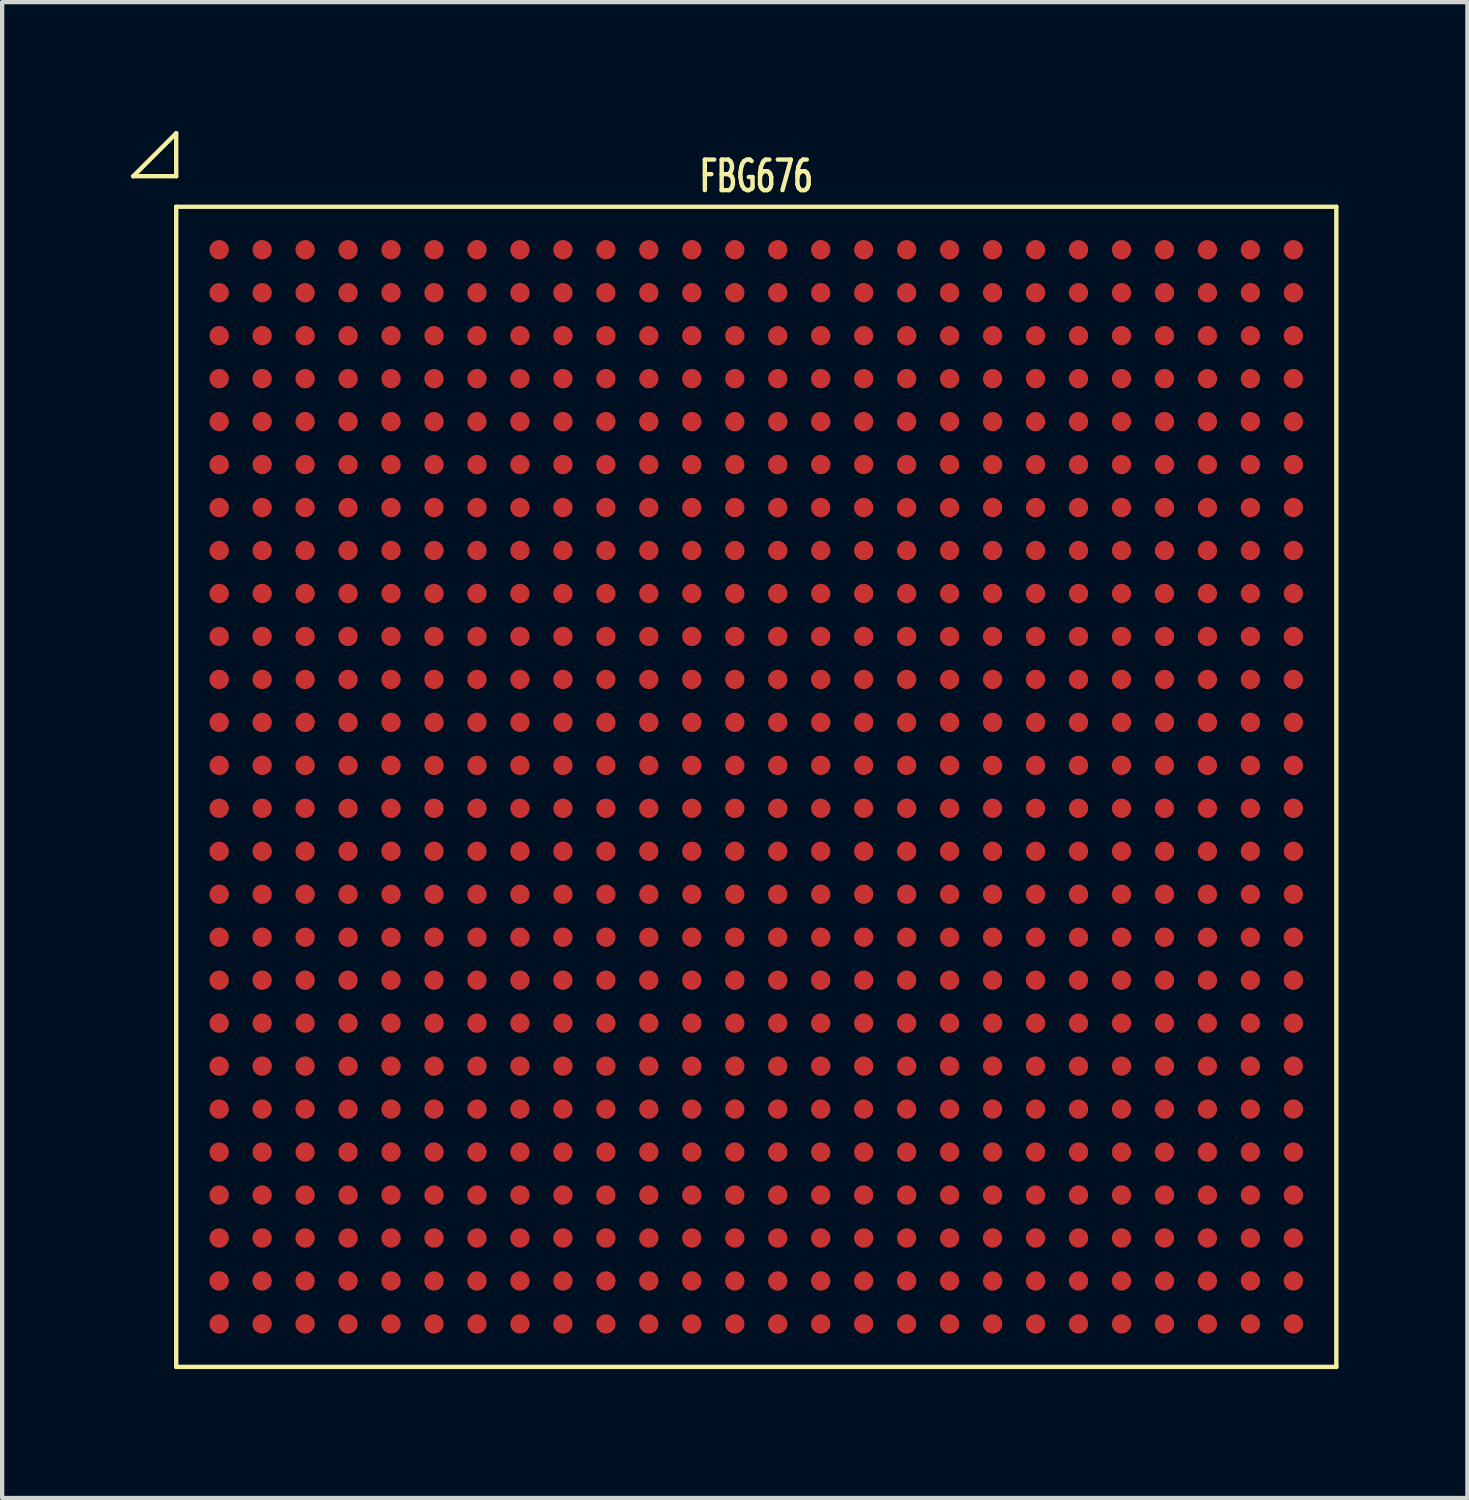
<source format=kicad_pcb>
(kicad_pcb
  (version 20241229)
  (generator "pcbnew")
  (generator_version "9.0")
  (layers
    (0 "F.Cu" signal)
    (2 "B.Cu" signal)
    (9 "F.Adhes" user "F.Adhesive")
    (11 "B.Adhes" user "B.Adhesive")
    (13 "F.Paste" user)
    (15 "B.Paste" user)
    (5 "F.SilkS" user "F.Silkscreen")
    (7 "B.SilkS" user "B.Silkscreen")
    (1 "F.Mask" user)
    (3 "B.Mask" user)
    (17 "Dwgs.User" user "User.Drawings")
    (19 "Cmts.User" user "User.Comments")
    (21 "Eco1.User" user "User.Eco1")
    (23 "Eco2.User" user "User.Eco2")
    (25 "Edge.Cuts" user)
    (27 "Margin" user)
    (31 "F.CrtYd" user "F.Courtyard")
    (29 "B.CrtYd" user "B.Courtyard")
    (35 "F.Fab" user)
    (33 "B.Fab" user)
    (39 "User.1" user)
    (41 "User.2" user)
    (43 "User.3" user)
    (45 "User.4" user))
  (footprint "FBG676"
    (layer "F.Cu")
    (at 14.551 15.262)
    (property "Reference" "FBG676" (at 0 -14.211 0) (layer "F.SilkS") (effects (font (size 0.711 0.457) (thickness 0.102))))
    (attr smd)
    (fp_line (start -14.5 -14.211) (end -13.5 -14.211) (stroke (width 0.102) (type solid)) (layer "F.SilkS"))
    (fp_line (start -13.5 -15.211) (end -14.5 -14.211) (stroke (width 0.102) (type solid)) (layer "F.SilkS"))
    (fp_line (start -13.5 -14.211) (end -13.5 -15.211) (stroke (width 0.102) (type solid)) (layer "F.SilkS"))
    (fp_line (start -13.5 -13.5) (end 13.5 -13.5) (stroke (width 0.102) (type solid)) (layer "F.SilkS"))
    (fp_line (start -13.5 13.5) (end -13.5 -13.5) (stroke (width 0.102) (type solid)) (layer "F.SilkS"))
    (fp_line (start 13.5 -13.5) (end 13.5 13.5) (stroke (width 0.102) (type solid)) (layer "F.SilkS"))
    (fp_line (start 13.5 13.5) (end -13.5 13.5) (stroke (width 0.102) (type solid)) (layer "F.SilkS"))
    (pad "A1" smd circle (at -12.5 -12.5) (size 0.45 0.45) (layers "F.Cu" "F.Mask" "F.Paste"))
    (pad "A2" smd circle (at -11.5 -12.5) (size 0.45 0.45) (layers "F.Cu" "F.Mask" "F.Paste"))
    (pad "A3" smd circle (at -10.5 -12.5) (size 0.45 0.45) (layers "F.Cu" "F.Mask" "F.Paste"))
    (pad "A4" smd circle (at -9.5 -12.5) (size 0.45 0.45) (layers "F.Cu" "F.Mask" "F.Paste"))
    (pad "A5" smd circle (at -8.5 -12.5) (size 0.45 0.45) (layers "F.Cu" "F.Mask" "F.Paste"))
    (pad "A6" smd circle (at -7.5 -12.5) (size 0.45 0.45) (layers "F.Cu" "F.Mask" "F.Paste"))
    (pad "A7" smd circle (at -6.5 -12.5) (size 0.45 0.45) (layers "F.Cu" "F.Mask" "F.Paste"))
    (pad "A8" smd circle (at -5.5 -12.5) (size 0.45 0.45) (layers "F.Cu" "F.Mask" "F.Paste"))
    (pad "A9" smd circle (at -4.5 -12.5) (size 0.45 0.45) (layers "F.Cu" "F.Mask" "F.Paste"))
    (pad "A10" smd circle (at -3.5 -12.5) (size 0.45 0.45) (layers "F.Cu" "F.Mask" "F.Paste"))
    (pad "A11" smd circle (at -2.5 -12.5) (size 0.45 0.45) (layers "F.Cu" "F.Mask" "F.Paste"))
    (pad "A12" smd circle (at -1.5 -12.5) (size 0.45 0.45) (layers "F.Cu" "F.Mask" "F.Paste"))
    (pad "A13" smd circle (at -0.5 -12.5) (size 0.45 0.45) (layers "F.Cu" "F.Mask" "F.Paste"))
    (pad "A14" smd circle (at 0.5 -12.5) (size 0.45 0.45) (layers "F.Cu" "F.Mask" "F.Paste"))
    (pad "A15" smd circle (at 1.5 -12.5) (size 0.45 0.45) (layers "F.Cu" "F.Mask" "F.Paste"))
    (pad "A16" smd circle (at 2.5 -12.5) (size 0.45 0.45) (layers "F.Cu" "F.Mask" "F.Paste"))
    (pad "A17" smd circle (at 3.5 -12.5) (size 0.45 0.45) (layers "F.Cu" "F.Mask" "F.Paste"))
    (pad "A18" smd circle (at 4.5 -12.5) (size 0.45 0.45) (layers "F.Cu" "F.Mask" "F.Paste"))
    (pad "A19" smd circle (at 5.5 -12.5) (size 0.45 0.45) (layers "F.Cu" "F.Mask" "F.Paste"))
    (pad "A20" smd circle (at 6.5 -12.5) (size 0.45 0.45) (layers "F.Cu" "F.Mask" "F.Paste"))
    (pad "A21" smd circle (at 7.5 -12.5) (size 0.45 0.45) (layers "F.Cu" "F.Mask" "F.Paste"))
    (pad "A22" smd circle (at 8.5 -12.5) (size 0.45 0.45) (layers "F.Cu" "F.Mask" "F.Paste"))
    (pad "A23" smd circle (at 9.5 -12.5) (size 0.45 0.45) (layers "F.Cu" "F.Mask" "F.Paste"))
    (pad "A24" smd circle (at 10.5 -12.5) (size 0.45 0.45) (layers "F.Cu" "F.Mask" "F.Paste"))
    (pad "A25" smd circle (at 11.5 -12.5) (size 0.45 0.45) (layers "F.Cu" "F.Mask" "F.Paste"))
    (pad "A26" smd circle (at 12.5 -12.5) (size 0.45 0.45) (layers "F.Cu" "F.Mask" "F.Paste"))
    (pad "AA1" smd circle (at -12.5 7.5) (size 0.45 0.45) (layers "F.Cu" "F.Mask" "F.Paste"))
    (pad "AA2" smd circle (at -11.5 7.5) (size 0.45 0.45) (layers "F.Cu" "F.Mask" "F.Paste"))
    (pad "AA3" smd circle (at -10.5 7.5) (size 0.45 0.45) (layers "F.Cu" "F.Mask" "F.Paste"))
    (pad "AA4" smd circle (at -9.5 7.5) (size 0.45 0.45) (layers "F.Cu" "F.Mask" "F.Paste"))
    (pad "AA5" smd circle (at -8.5 7.5) (size 0.45 0.45) (layers "F.Cu" "F.Mask" "F.Paste"))
    (pad "AA6" smd circle (at -7.5 7.5) (size 0.45 0.45) (layers "F.Cu" "F.Mask" "F.Paste"))
    (pad "AA7" smd circle (at -6.5 7.5) (size 0.45 0.45) (layers "F.Cu" "F.Mask" "F.Paste"))
    (pad "AA8" smd circle (at -5.5 7.5) (size 0.45 0.45) (layers "F.Cu" "F.Mask" "F.Paste"))
    (pad "AA9" smd circle (at -4.5 7.5) (size 0.45 0.45) (layers "F.Cu" "F.Mask" "F.Paste"))
    (pad "AA10" smd circle (at -3.5 7.5) (size 0.45 0.45) (layers "F.Cu" "F.Mask" "F.Paste"))
    (pad "AA11" smd circle (at -2.5 7.5) (size 0.45 0.45) (layers "F.Cu" "F.Mask" "F.Paste"))
    (pad "AA12" smd circle (at -1.5 7.5) (size 0.45 0.45) (layers "F.Cu" "F.Mask" "F.Paste"))
    (pad "AA13" smd circle (at -0.5 7.5) (size 0.45 0.45) (layers "F.Cu" "F.Mask" "F.Paste"))
    (pad "AA14" smd circle (at 0.5 7.5) (size 0.45 0.45) (layers "F.Cu" "F.Mask" "F.Paste"))
    (pad "AA15" smd circle (at 1.5 7.5) (size 0.45 0.45) (layers "F.Cu" "F.Mask" "F.Paste"))
    (pad "AA16" smd circle (at 2.5 7.5) (size 0.45 0.45) (layers "F.Cu" "F.Mask" "F.Paste"))
    (pad "AA17" smd circle (at 3.5 7.5) (size 0.45 0.45) (layers "F.Cu" "F.Mask" "F.Paste"))
    (pad "AA18" smd circle (at 4.5 7.5) (size 0.45 0.45) (layers "F.Cu" "F.Mask" "F.Paste"))
    (pad "AA19" smd circle (at 5.5 7.5) (size 0.45 0.45) (layers "F.Cu" "F.Mask" "F.Paste"))
    (pad "AA20" smd circle (at 6.5 7.5) (size 0.45 0.45) (layers "F.Cu" "F.Mask" "F.Paste"))
    (pad "AA21" smd circle (at 7.5 7.5) (size 0.45 0.45) (layers "F.Cu" "F.Mask" "F.Paste"))
    (pad "AA22" smd circle (at 8.5 7.5) (size 0.45 0.45) (layers "F.Cu" "F.Mask" "F.Paste"))
    (pad "AA23" smd circle (at 9.5 7.5) (size 0.45 0.45) (layers "F.Cu" "F.Mask" "F.Paste"))
    (pad "AA24" smd circle (at 10.5 7.5) (size 0.45 0.45) (layers "F.Cu" "F.Mask" "F.Paste"))
    (pad "AA25" smd circle (at 11.5 7.5) (size 0.45 0.45) (layers "F.Cu" "F.Mask" "F.Paste"))
    (pad "AA26" smd circle (at 12.5 7.5) (size 0.45 0.45) (layers "F.Cu" "F.Mask" "F.Paste"))
    (pad "AB1" smd circle (at -12.5 8.5) (size 0.45 0.45) (layers "F.Cu" "F.Mask" "F.Paste"))
    (pad "AB2" smd circle (at -11.5 8.5) (size 0.45 0.45) (layers "F.Cu" "F.Mask" "F.Paste"))
    (pad "AB3" smd circle (at -10.5 8.5) (size 0.45 0.45) (layers "F.Cu" "F.Mask" "F.Paste"))
    (pad "AB4" smd circle (at -9.5 8.5) (size 0.45 0.45) (layers "F.Cu" "F.Mask" "F.Paste"))
    (pad "AB5" smd circle (at -8.5 8.5) (size 0.45 0.45) (layers "F.Cu" "F.Mask" "F.Paste"))
    (pad "AB6" smd circle (at -7.5 8.5) (size 0.45 0.45) (layers "F.Cu" "F.Mask" "F.Paste"))
    (pad "AB7" smd circle (at -6.5 8.5) (size 0.45 0.45) (layers "F.Cu" "F.Mask" "F.Paste"))
    (pad "AB8" smd circle (at -5.5 8.5) (size 0.45 0.45) (layers "F.Cu" "F.Mask" "F.Paste"))
    (pad "AB9" smd circle (at -4.5 8.5) (size 0.45 0.45) (layers "F.Cu" "F.Mask" "F.Paste"))
    (pad "AB10" smd circle (at -3.5 8.5) (size 0.45 0.45) (layers "F.Cu" "F.Mask" "F.Paste"))
    (pad "AB11" smd circle (at -2.5 8.5) (size 0.45 0.45) (layers "F.Cu" "F.Mask" "F.Paste"))
    (pad "AB12" smd circle (at -1.5 8.5) (size 0.45 0.45) (layers "F.Cu" "F.Mask" "F.Paste"))
    (pad "AB13" smd circle (at -0.5 8.5) (size 0.45 0.45) (layers "F.Cu" "F.Mask" "F.Paste"))
    (pad "AB14" smd circle (at 0.5 8.5) (size 0.45 0.45) (layers "F.Cu" "F.Mask" "F.Paste"))
    (pad "AB15" smd circle (at 1.5 8.5) (size 0.45 0.45) (layers "F.Cu" "F.Mask" "F.Paste"))
    (pad "AB16" smd circle (at 2.5 8.5) (size 0.45 0.45) (layers "F.Cu" "F.Mask" "F.Paste"))
    (pad "AB17" smd circle (at 3.5 8.5) (size 0.45 0.45) (layers "F.Cu" "F.Mask" "F.Paste"))
    (pad "AB18" smd circle (at 4.5 8.5) (size 0.45 0.45) (layers "F.Cu" "F.Mask" "F.Paste"))
    (pad "AB19" smd circle (at 5.5 8.5) (size 0.45 0.45) (layers "F.Cu" "F.Mask" "F.Paste"))
    (pad "AB20" smd circle (at 6.5 8.5) (size 0.45 0.45) (layers "F.Cu" "F.Mask" "F.Paste"))
    (pad "AB21" smd circle (at 7.5 8.5) (size 0.45 0.45) (layers "F.Cu" "F.Mask" "F.Paste"))
    (pad "AB22" smd circle (at 8.5 8.5) (size 0.45 0.45) (layers "F.Cu" "F.Mask" "F.Paste"))
    (pad "AB23" smd circle (at 9.5 8.5) (size 0.45 0.45) (layers "F.Cu" "F.Mask" "F.Paste"))
    (pad "AB24" smd circle (at 10.5 8.5) (size 0.45 0.45) (layers "F.Cu" "F.Mask" "F.Paste"))
    (pad "AB25" smd circle (at 11.5 8.5) (size 0.45 0.45) (layers "F.Cu" "F.Mask" "F.Paste"))
    (pad "AB26" smd circle (at 12.5 8.5) (size 0.45 0.45) (layers "F.Cu" "F.Mask" "F.Paste"))
    (pad "AC1" smd circle (at -12.5 9.5) (size 0.45 0.45) (layers "F.Cu" "F.Mask" "F.Paste"))
    (pad "AC2" smd circle (at -11.5 9.5) (size 0.45 0.45) (layers "F.Cu" "F.Mask" "F.Paste"))
    (pad "AC3" smd circle (at -10.5 9.5) (size 0.45 0.45) (layers "F.Cu" "F.Mask" "F.Paste"))
    (pad "AC4" smd circle (at -9.5 9.5) (size 0.45 0.45) (layers "F.Cu" "F.Mask" "F.Paste"))
    (pad "AC5" smd circle (at -8.5 9.5) (size 0.45 0.45) (layers "F.Cu" "F.Mask" "F.Paste"))
    (pad "AC6" smd circle (at -7.5 9.5) (size 0.45 0.45) (layers "F.Cu" "F.Mask" "F.Paste"))
    (pad "AC7" smd circle (at -6.5 9.5) (size 0.45 0.45) (layers "F.Cu" "F.Mask" "F.Paste"))
    (pad "AC8" smd circle (at -5.5 9.5) (size 0.45 0.45) (layers "F.Cu" "F.Mask" "F.Paste"))
    (pad "AC9" smd circle (at -4.5 9.5) (size 0.45 0.45) (layers "F.Cu" "F.Mask" "F.Paste"))
    (pad "AC10" smd circle (at -3.5 9.5) (size 0.45 0.45) (layers "F.Cu" "F.Mask" "F.Paste"))
    (pad "AC11" smd circle (at -2.5 9.5) (size 0.45 0.45) (layers "F.Cu" "F.Mask" "F.Paste"))
    (pad "AC12" smd circle (at -1.5 9.5) (size 0.45 0.45) (layers "F.Cu" "F.Mask" "F.Paste"))
    (pad "AC13" smd circle (at -0.5 9.5) (size 0.45 0.45) (layers "F.Cu" "F.Mask" "F.Paste"))
    (pad "AC14" smd circle (at 0.5 9.5) (size 0.45 0.45) (layers "F.Cu" "F.Mask" "F.Paste"))
    (pad "AC15" smd circle (at 1.5 9.5) (size 0.45 0.45) (layers "F.Cu" "F.Mask" "F.Paste"))
    (pad "AC16" smd circle (at 2.5 9.5) (size 0.45 0.45) (layers "F.Cu" "F.Mask" "F.Paste"))
    (pad "AC17" smd circle (at 3.5 9.5) (size 0.45 0.45) (layers "F.Cu" "F.Mask" "F.Paste"))
    (pad "AC18" smd circle (at 4.5 9.5) (size 0.45 0.45) (layers "F.Cu" "F.Mask" "F.Paste"))
    (pad "AC19" smd circle (at 5.5 9.5) (size 0.45 0.45) (layers "F.Cu" "F.Mask" "F.Paste"))
    (pad "AC20" smd circle (at 6.5 9.5) (size 0.45 0.45) (layers "F.Cu" "F.Mask" "F.Paste"))
    (pad "AC21" smd circle (at 7.5 9.5) (size 0.45 0.45) (layers "F.Cu" "F.Mask" "F.Paste"))
    (pad "AC22" smd circle (at 8.5 9.5) (size 0.45 0.45) (layers "F.Cu" "F.Mask" "F.Paste"))
    (pad "AC23" smd circle (at 9.5 9.5) (size 0.45 0.45) (layers "F.Cu" "F.Mask" "F.Paste"))
    (pad "AC24" smd circle (at 10.5 9.5) (size 0.45 0.45) (layers "F.Cu" "F.Mask" "F.Paste"))
    (pad "AC25" smd circle (at 11.5 9.5) (size 0.45 0.45) (layers "F.Cu" "F.Mask" "F.Paste"))
    (pad "AC26" smd circle (at 12.5 9.5) (size 0.45 0.45) (layers "F.Cu" "F.Mask" "F.Paste"))
    (pad "AD1" smd circle (at -12.5 10.5) (size 0.45 0.45) (layers "F.Cu" "F.Mask" "F.Paste"))
    (pad "AD2" smd circle (at -11.5 10.5) (size 0.45 0.45) (layers "F.Cu" "F.Mask" "F.Paste"))
    (pad "AD3" smd circle (at -10.5 10.5) (size 0.45 0.45) (layers "F.Cu" "F.Mask" "F.Paste"))
    (pad "AD4" smd circle (at -9.5 10.5) (size 0.45 0.45) (layers "F.Cu" "F.Mask" "F.Paste"))
    (pad "AD5" smd circle (at -8.5 10.5) (size 0.45 0.45) (layers "F.Cu" "F.Mask" "F.Paste"))
    (pad "AD6" smd circle (at -7.5 10.5) (size 0.45 0.45) (layers "F.Cu" "F.Mask" "F.Paste"))
    (pad "AD7" smd circle (at -6.5 10.5) (size 0.45 0.45) (layers "F.Cu" "F.Mask" "F.Paste"))
    (pad "AD8" smd circle (at -5.5 10.5) (size 0.45 0.45) (layers "F.Cu" "F.Mask" "F.Paste"))
    (pad "AD9" smd circle (at -4.5 10.5) (size 0.45 0.45) (layers "F.Cu" "F.Mask" "F.Paste"))
    (pad "AD10" smd circle (at -3.5 10.5) (size 0.45 0.45) (layers "F.Cu" "F.Mask" "F.Paste"))
    (pad "AD11" smd circle (at -2.5 10.5) (size 0.45 0.45) (layers "F.Cu" "F.Mask" "F.Paste"))
    (pad "AD12" smd circle (at -1.5 10.5) (size 0.45 0.45) (layers "F.Cu" "F.Mask" "F.Paste"))
    (pad "AD13" smd circle (at -0.5 10.5) (size 0.45 0.45) (layers "F.Cu" "F.Mask" "F.Paste"))
    (pad "AD14" smd circle (at 0.5 10.5) (size 0.45 0.45) (layers "F.Cu" "F.Mask" "F.Paste"))
    (pad "AD15" smd circle (at 1.5 10.5) (size 0.45 0.45) (layers "F.Cu" "F.Mask" "F.Paste"))
    (pad "AD16" smd circle (at 2.5 10.5) (size 0.45 0.45) (layers "F.Cu" "F.Mask" "F.Paste"))
    (pad "AD17" smd circle (at 3.5 10.5) (size 0.45 0.45) (layers "F.Cu" "F.Mask" "F.Paste"))
    (pad "AD18" smd circle (at 4.5 10.5) (size 0.45 0.45) (layers "F.Cu" "F.Mask" "F.Paste"))
    (pad "AD19" smd circle (at 5.5 10.5) (size 0.45 0.45) (layers "F.Cu" "F.Mask" "F.Paste"))
    (pad "AD20" smd circle (at 6.5 10.5) (size 0.45 0.45) (layers "F.Cu" "F.Mask" "F.Paste"))
    (pad "AD21" smd circle (at 7.5 10.5) (size 0.45 0.45) (layers "F.Cu" "F.Mask" "F.Paste"))
    (pad "AD22" smd circle (at 8.5 10.5) (size 0.45 0.45) (layers "F.Cu" "F.Mask" "F.Paste"))
    (pad "AD23" smd circle (at 9.5 10.5) (size 0.45 0.45) (layers "F.Cu" "F.Mask" "F.Paste"))
    (pad "AD24" smd circle (at 10.5 10.5) (size 0.45 0.45) (layers "F.Cu" "F.Mask" "F.Paste"))
    (pad "AD25" smd circle (at 11.5 10.5) (size 0.45 0.45) (layers "F.Cu" "F.Mask" "F.Paste"))
    (pad "AD26" smd circle (at 12.5 10.5) (size 0.45 0.45) (layers "F.Cu" "F.Mask" "F.Paste"))
    (pad "AE1" smd circle (at -12.5 11.5) (size 0.45 0.45) (layers "F.Cu" "F.Mask" "F.Paste"))
    (pad "AE2" smd circle (at -11.5 11.5) (size 0.45 0.45) (layers "F.Cu" "F.Mask" "F.Paste"))
    (pad "AE3" smd circle (at -10.5 11.5) (size 0.45 0.45) (layers "F.Cu" "F.Mask" "F.Paste"))
    (pad "AE4" smd circle (at -9.5 11.5) (size 0.45 0.45) (layers "F.Cu" "F.Mask" "F.Paste"))
    (pad "AE5" smd circle (at -8.5 11.5) (size 0.45 0.45) (layers "F.Cu" "F.Mask" "F.Paste"))
    (pad "AE6" smd circle (at -7.5 11.5) (size 0.45 0.45) (layers "F.Cu" "F.Mask" "F.Paste"))
    (pad "AE7" smd circle (at -6.5 11.5) (size 0.45 0.45) (layers "F.Cu" "F.Mask" "F.Paste"))
    (pad "AE8" smd circle (at -5.5 11.5) (size 0.45 0.45) (layers "F.Cu" "F.Mask" "F.Paste"))
    (pad "AE9" smd circle (at -4.5 11.5) (size 0.45 0.45) (layers "F.Cu" "F.Mask" "F.Paste"))
    (pad "AE10" smd circle (at -3.5 11.5) (size 0.45 0.45) (layers "F.Cu" "F.Mask" "F.Paste"))
    (pad "AE11" smd circle (at -2.5 11.5) (size 0.45 0.45) (layers "F.Cu" "F.Mask" "F.Paste"))
    (pad "AE12" smd circle (at -1.5 11.5) (size 0.45 0.45) (layers "F.Cu" "F.Mask" "F.Paste"))
    (pad "AE13" smd circle (at -0.5 11.5) (size 0.45 0.45) (layers "F.Cu" "F.Mask" "F.Paste"))
    (pad "AE14" smd circle (at 0.5 11.5) (size 0.45 0.45) (layers "F.Cu" "F.Mask" "F.Paste"))
    (pad "AE15" smd circle (at 1.5 11.5) (size 0.45 0.45) (layers "F.Cu" "F.Mask" "F.Paste"))
    (pad "AE16" smd circle (at 2.5 11.5) (size 0.45 0.45) (layers "F.Cu" "F.Mask" "F.Paste"))
    (pad "AE17" smd circle (at 3.5 11.5) (size 0.45 0.45) (layers "F.Cu" "F.Mask" "F.Paste"))
    (pad "AE18" smd circle (at 4.5 11.5) (size 0.45 0.45) (layers "F.Cu" "F.Mask" "F.Paste"))
    (pad "AE19" smd circle (at 5.5 11.5) (size 0.45 0.45) (layers "F.Cu" "F.Mask" "F.Paste"))
    (pad "AE20" smd circle (at 6.5 11.5) (size 0.45 0.45) (layers "F.Cu" "F.Mask" "F.Paste"))
    (pad "AE21" smd circle (at 7.5 11.5) (size 0.45 0.45) (layers "F.Cu" "F.Mask" "F.Paste"))
    (pad "AE22" smd circle (at 8.5 11.5) (size 0.45 0.45) (layers "F.Cu" "F.Mask" "F.Paste"))
    (pad "AE23" smd circle (at 9.5 11.5) (size 0.45 0.45) (layers "F.Cu" "F.Mask" "F.Paste"))
    (pad "AE24" smd circle (at 10.5 11.5) (size 0.45 0.45) (layers "F.Cu" "F.Mask" "F.Paste"))
    (pad "AE25" smd circle (at 11.5 11.5) (size 0.45 0.45) (layers "F.Cu" "F.Mask" "F.Paste"))
    (pad "AE26" smd circle (at 12.5 11.5) (size 0.45 0.45) (layers "F.Cu" "F.Mask" "F.Paste"))
    (pad "AF1" smd circle (at -12.5 12.5) (size 0.45 0.45) (layers "F.Cu" "F.Mask" "F.Paste"))
    (pad "AF2" smd circle (at -11.5 12.5) (size 0.45 0.45) (layers "F.Cu" "F.Mask" "F.Paste"))
    (pad "AF3" smd circle (at -10.5 12.5) (size 0.45 0.45) (layers "F.Cu" "F.Mask" "F.Paste"))
    (pad "AF4" smd circle (at -9.5 12.5) (size 0.45 0.45) (layers "F.Cu" "F.Mask" "F.Paste"))
    (pad "AF5" smd circle (at -8.5 12.5) (size 0.45 0.45) (layers "F.Cu" "F.Mask" "F.Paste"))
    (pad "AF6" smd circle (at -7.5 12.5) (size 0.45 0.45) (layers "F.Cu" "F.Mask" "F.Paste"))
    (pad "AF7" smd circle (at -6.5 12.5) (size 0.45 0.45) (layers "F.Cu" "F.Mask" "F.Paste"))
    (pad "AF8" smd circle (at -5.5 12.5) (size 0.45 0.45) (layers "F.Cu" "F.Mask" "F.Paste"))
    (pad "AF9" smd circle (at -4.5 12.5) (size 0.45 0.45) (layers "F.Cu" "F.Mask" "F.Paste"))
    (pad "AF10" smd circle (at -3.5 12.5) (size 0.45 0.45) (layers "F.Cu" "F.Mask" "F.Paste"))
    (pad "AF11" smd circle (at -2.5 12.5) (size 0.45 0.45) (layers "F.Cu" "F.Mask" "F.Paste"))
    (pad "AF12" smd circle (at -1.5 12.5) (size 0.45 0.45) (layers "F.Cu" "F.Mask" "F.Paste"))
    (pad "AF13" smd circle (at -0.5 12.5) (size 0.45 0.45) (layers "F.Cu" "F.Mask" "F.Paste"))
    (pad "AF14" smd circle (at 0.5 12.5) (size 0.45 0.45) (layers "F.Cu" "F.Mask" "F.Paste"))
    (pad "AF15" smd circle (at 1.5 12.5) (size 0.45 0.45) (layers "F.Cu" "F.Mask" "F.Paste"))
    (pad "AF16" smd circle (at 2.5 12.5) (size 0.45 0.45) (layers "F.Cu" "F.Mask" "F.Paste"))
    (pad "AF17" smd circle (at 3.5 12.5) (size 0.45 0.45) (layers "F.Cu" "F.Mask" "F.Paste"))
    (pad "AF18" smd circle (at 4.5 12.5) (size 0.45 0.45) (layers "F.Cu" "F.Mask" "F.Paste"))
    (pad "AF19" smd circle (at 5.5 12.5) (size 0.45 0.45) (layers "F.Cu" "F.Mask" "F.Paste"))
    (pad "AF20" smd circle (at 6.5 12.5) (size 0.45 0.45) (layers "F.Cu" "F.Mask" "F.Paste"))
    (pad "AF21" smd circle (at 7.5 12.5) (size 0.45 0.45) (layers "F.Cu" "F.Mask" "F.Paste"))
    (pad "AF22" smd circle (at 8.5 12.5) (size 0.45 0.45) (layers "F.Cu" "F.Mask" "F.Paste"))
    (pad "AF23" smd circle (at 9.5 12.5) (size 0.45 0.45) (layers "F.Cu" "F.Mask" "F.Paste"))
    (pad "AF24" smd circle (at 10.5 12.5) (size 0.45 0.45) (layers "F.Cu" "F.Mask" "F.Paste"))
    (pad "AF25" smd circle (at 11.5 12.5) (size 0.45 0.45) (layers "F.Cu" "F.Mask" "F.Paste"))
    (pad "AF26" smd circle (at 12.5 12.5) (size 0.45 0.45) (layers "F.Cu" "F.Mask" "F.Paste"))
    (pad "B1" smd circle (at -12.5 -11.5) (size 0.45 0.45) (layers "F.Cu" "F.Mask" "F.Paste"))
    (pad "B2" smd circle (at -11.5 -11.5) (size 0.45 0.45) (layers "F.Cu" "F.Mask" "F.Paste"))
    (pad "B3" smd circle (at -10.5 -11.5) (size 0.45 0.45) (layers "F.Cu" "F.Mask" "F.Paste"))
    (pad "B4" smd circle (at -9.5 -11.5) (size 0.45 0.45) (layers "F.Cu" "F.Mask" "F.Paste"))
    (pad "B5" smd circle (at -8.5 -11.5) (size 0.45 0.45) (layers "F.Cu" "F.Mask" "F.Paste"))
    (pad "B6" smd circle (at -7.5 -11.5) (size 0.45 0.45) (layers "F.Cu" "F.Mask" "F.Paste"))
    (pad "B7" smd circle (at -6.5 -11.5) (size 0.45 0.45) (layers "F.Cu" "F.Mask" "F.Paste"))
    (pad "B8" smd circle (at -5.5 -11.5) (size 0.45 0.45) (layers "F.Cu" "F.Mask" "F.Paste"))
    (pad "B9" smd circle (at -4.5 -11.5) (size 0.45 0.45) (layers "F.Cu" "F.Mask" "F.Paste"))
    (pad "B10" smd circle (at -3.5 -11.5) (size 0.45 0.45) (layers "F.Cu" "F.Mask" "F.Paste"))
    (pad "B11" smd circle (at -2.5 -11.5) (size 0.45 0.45) (layers "F.Cu" "F.Mask" "F.Paste"))
    (pad "B12" smd circle (at -1.5 -11.5) (size 0.45 0.45) (layers "F.Cu" "F.Mask" "F.Paste"))
    (pad "B13" smd circle (at -0.5 -11.5) (size 0.45 0.45) (layers "F.Cu" "F.Mask" "F.Paste"))
    (pad "B14" smd circle (at 0.5 -11.5) (size 0.45 0.45) (layers "F.Cu" "F.Mask" "F.Paste"))
    (pad "B15" smd circle (at 1.5 -11.5) (size 0.45 0.45) (layers "F.Cu" "F.Mask" "F.Paste"))
    (pad "B16" smd circle (at 2.5 -11.5) (size 0.45 0.45) (layers "F.Cu" "F.Mask" "F.Paste"))
    (pad "B17" smd circle (at 3.5 -11.5) (size 0.45 0.45) (layers "F.Cu" "F.Mask" "F.Paste"))
    (pad "B18" smd circle (at 4.5 -11.5) (size 0.45 0.45) (layers "F.Cu" "F.Mask" "F.Paste"))
    (pad "B19" smd circle (at 5.5 -11.5) (size 0.45 0.45) (layers "F.Cu" "F.Mask" "F.Paste"))
    (pad "B20" smd circle (at 6.5 -11.5) (size 0.45 0.45) (layers "F.Cu" "F.Mask" "F.Paste"))
    (pad "B21" smd circle (at 7.5 -11.5) (size 0.45 0.45) (layers "F.Cu" "F.Mask" "F.Paste"))
    (pad "B22" smd circle (at 8.5 -11.5) (size 0.45 0.45) (layers "F.Cu" "F.Mask" "F.Paste"))
    (pad "B23" smd circle (at 9.5 -11.5) (size 0.45 0.45) (layers "F.Cu" "F.Mask" "F.Paste"))
    (pad "B24" smd circle (at 10.5 -11.5) (size 0.45 0.45) (layers "F.Cu" "F.Mask" "F.Paste"))
    (pad "B25" smd circle (at 11.5 -11.5) (size 0.45 0.45) (layers "F.Cu" "F.Mask" "F.Paste"))
    (pad "B26" smd circle (at 12.5 -11.5) (size 0.45 0.45) (layers "F.Cu" "F.Mask" "F.Paste"))
    (pad "C1" smd circle (at -12.5 -10.5) (size 0.45 0.45) (layers "F.Cu" "F.Mask" "F.Paste"))
    (pad "C2" smd circle (at -11.5 -10.5) (size 0.45 0.45) (layers "F.Cu" "F.Mask" "F.Paste"))
    (pad "C3" smd circle (at -10.5 -10.5) (size 0.45 0.45) (layers "F.Cu" "F.Mask" "F.Paste"))
    (pad "C4" smd circle (at -9.5 -10.5) (size 0.45 0.45) (layers "F.Cu" "F.Mask" "F.Paste"))
    (pad "C5" smd circle (at -8.5 -10.5) (size 0.45 0.45) (layers "F.Cu" "F.Mask" "F.Paste"))
    (pad "C6" smd circle (at -7.5 -10.5) (size 0.45 0.45) (layers "F.Cu" "F.Mask" "F.Paste"))
    (pad "C7" smd circle (at -6.5 -10.5) (size 0.45 0.45) (layers "F.Cu" "F.Mask" "F.Paste"))
    (pad "C8" smd circle (at -5.5 -10.5) (size 0.45 0.45) (layers "F.Cu" "F.Mask" "F.Paste"))
    (pad "C9" smd circle (at -4.5 -10.5) (size 0.45 0.45) (layers "F.Cu" "F.Mask" "F.Paste"))
    (pad "C10" smd circle (at -3.5 -10.5) (size 0.45 0.45) (layers "F.Cu" "F.Mask" "F.Paste"))
    (pad "C11" smd circle (at -2.5 -10.5) (size 0.45 0.45) (layers "F.Cu" "F.Mask" "F.Paste"))
    (pad "C12" smd circle (at -1.5 -10.5) (size 0.45 0.45) (layers "F.Cu" "F.Mask" "F.Paste"))
    (pad "C13" smd circle (at -0.5 -10.5) (size 0.45 0.45) (layers "F.Cu" "F.Mask" "F.Paste"))
    (pad "C14" smd circle (at 0.5 -10.5) (size 0.45 0.45) (layers "F.Cu" "F.Mask" "F.Paste"))
    (pad "C15" smd circle (at 1.5 -10.5) (size 0.45 0.45) (layers "F.Cu" "F.Mask" "F.Paste"))
    (pad "C16" smd circle (at 2.5 -10.5) (size 0.45 0.45) (layers "F.Cu" "F.Mask" "F.Paste"))
    (pad "C17" smd circle (at 3.5 -10.5) (size 0.45 0.45) (layers "F.Cu" "F.Mask" "F.Paste"))
    (pad "C18" smd circle (at 4.5 -10.5) (size 0.45 0.45) (layers "F.Cu" "F.Mask" "F.Paste"))
    (pad "C19" smd circle (at 5.5 -10.5) (size 0.45 0.45) (layers "F.Cu" "F.Mask" "F.Paste"))
    (pad "C20" smd circle (at 6.5 -10.5) (size 0.45 0.45) (layers "F.Cu" "F.Mask" "F.Paste"))
    (pad "C21" smd circle (at 7.5 -10.5) (size 0.45 0.45) (layers "F.Cu" "F.Mask" "F.Paste"))
    (pad "C22" smd circle (at 8.5 -10.5) (size 0.45 0.45) (layers "F.Cu" "F.Mask" "F.Paste"))
    (pad "C23" smd circle (at 9.5 -10.5) (size 0.45 0.45) (layers "F.Cu" "F.Mask" "F.Paste"))
    (pad "C24" smd circle (at 10.5 -10.5) (size 0.45 0.45) (layers "F.Cu" "F.Mask" "F.Paste"))
    (pad "C25" smd circle (at 11.5 -10.5) (size 0.45 0.45) (layers "F.Cu" "F.Mask" "F.Paste"))
    (pad "C26" smd circle (at 12.5 -10.5) (size 0.45 0.45) (layers "F.Cu" "F.Mask" "F.Paste"))
    (pad "D1" smd circle (at -12.5 -9.5) (size 0.45 0.45) (layers "F.Cu" "F.Mask" "F.Paste"))
    (pad "D2" smd circle (at -11.5 -9.5) (size 0.45 0.45) (layers "F.Cu" "F.Mask" "F.Paste"))
    (pad "D3" smd circle (at -10.5 -9.5) (size 0.45 0.45) (layers "F.Cu" "F.Mask" "F.Paste"))
    (pad "D4" smd circle (at -9.5 -9.5) (size 0.45 0.45) (layers "F.Cu" "F.Mask" "F.Paste"))
    (pad "D5" smd circle (at -8.5 -9.5) (size 0.45 0.45) (layers "F.Cu" "F.Mask" "F.Paste"))
    (pad "D6" smd circle (at -7.5 -9.5) (size 0.45 0.45) (layers "F.Cu" "F.Mask" "F.Paste"))
    (pad "D7" smd circle (at -6.5 -9.5) (size 0.45 0.45) (layers "F.Cu" "F.Mask" "F.Paste"))
    (pad "D8" smd circle (at -5.5 -9.5) (size 0.45 0.45) (layers "F.Cu" "F.Mask" "F.Paste"))
    (pad "D9" smd circle (at -4.5 -9.5) (size 0.45 0.45) (layers "F.Cu" "F.Mask" "F.Paste"))
    (pad "D10" smd circle (at -3.5 -9.5) (size 0.45 0.45) (layers "F.Cu" "F.Mask" "F.Paste"))
    (pad "D11" smd circle (at -2.5 -9.5) (size 0.45 0.45) (layers "F.Cu" "F.Mask" "F.Paste"))
    (pad "D12" smd circle (at -1.5 -9.5) (size 0.45 0.45) (layers "F.Cu" "F.Mask" "F.Paste"))
    (pad "D13" smd circle (at -0.5 -9.5) (size 0.45 0.45) (layers "F.Cu" "F.Mask" "F.Paste"))
    (pad "D14" smd circle (at 0.5 -9.5) (size 0.45 0.45) (layers "F.Cu" "F.Mask" "F.Paste"))
    (pad "D15" smd circle (at 1.5 -9.5) (size 0.45 0.45) (layers "F.Cu" "F.Mask" "F.Paste"))
    (pad "D16" smd circle (at 2.5 -9.5) (size 0.45 0.45) (layers "F.Cu" "F.Mask" "F.Paste"))
    (pad "D17" smd circle (at 3.5 -9.5) (size 0.45 0.45) (layers "F.Cu" "F.Mask" "F.Paste"))
    (pad "D18" smd circle (at 4.5 -9.5) (size 0.45 0.45) (layers "F.Cu" "F.Mask" "F.Paste"))
    (pad "D19" smd circle (at 5.5 -9.5) (size 0.45 0.45) (layers "F.Cu" "F.Mask" "F.Paste"))
    (pad "D20" smd circle (at 6.5 -9.5) (size 0.45 0.45) (layers "F.Cu" "F.Mask" "F.Paste"))
    (pad "D21" smd circle (at 7.5 -9.5) (size 0.45 0.45) (layers "F.Cu" "F.Mask" "F.Paste"))
    (pad "D22" smd circle (at 8.5 -9.5) (size 0.45 0.45) (layers "F.Cu" "F.Mask" "F.Paste"))
    (pad "D23" smd circle (at 9.5 -9.5) (size 0.45 0.45) (layers "F.Cu" "F.Mask" "F.Paste"))
    (pad "D24" smd circle (at 10.5 -9.5) (size 0.45 0.45) (layers "F.Cu" "F.Mask" "F.Paste"))
    (pad "D25" smd circle (at 11.5 -9.5) (size 0.45 0.45) (layers "F.Cu" "F.Mask" "F.Paste"))
    (pad "D26" smd circle (at 12.5 -9.5) (size 0.45 0.45) (layers "F.Cu" "F.Mask" "F.Paste"))
    (pad "E1" smd circle (at -12.5 -8.5) (size 0.45 0.45) (layers "F.Cu" "F.Mask" "F.Paste"))
    (pad "E2" smd circle (at -11.5 -8.5) (size 0.45 0.45) (layers "F.Cu" "F.Mask" "F.Paste"))
    (pad "E3" smd circle (at -10.5 -8.5) (size 0.45 0.45) (layers "F.Cu" "F.Mask" "F.Paste"))
    (pad "E4" smd circle (at -9.5 -8.5) (size 0.45 0.45) (layers "F.Cu" "F.Mask" "F.Paste"))
    (pad "E5" smd circle (at -8.5 -8.5) (size 0.45 0.45) (layers "F.Cu" "F.Mask" "F.Paste"))
    (pad "E6" smd circle (at -7.5 -8.5) (size 0.45 0.45) (layers "F.Cu" "F.Mask" "F.Paste"))
    (pad "E7" smd circle (at -6.5 -8.5) (size 0.45 0.45) (layers "F.Cu" "F.Mask" "F.Paste"))
    (pad "E8" smd circle (at -5.5 -8.5) (size 0.45 0.45) (layers "F.Cu" "F.Mask" "F.Paste"))
    (pad "E9" smd circle (at -4.5 -8.5) (size 0.45 0.45) (layers "F.Cu" "F.Mask" "F.Paste"))
    (pad "E10" smd circle (at -3.5 -8.5) (size 0.45 0.45) (layers "F.Cu" "F.Mask" "F.Paste"))
    (pad "E11" smd circle (at -2.5 -8.5) (size 0.45 0.45) (layers "F.Cu" "F.Mask" "F.Paste"))
    (pad "E12" smd circle (at -1.5 -8.5) (size 0.45 0.45) (layers "F.Cu" "F.Mask" "F.Paste"))
    (pad "E13" smd circle (at -0.5 -8.5) (size 0.45 0.45) (layers "F.Cu" "F.Mask" "F.Paste"))
    (pad "E14" smd circle (at 0.5 -8.5) (size 0.45 0.45) (layers "F.Cu" "F.Mask" "F.Paste"))
    (pad "E15" smd circle (at 1.5 -8.5) (size 0.45 0.45) (layers "F.Cu" "F.Mask" "F.Paste"))
    (pad "E16" smd circle (at 2.5 -8.5) (size 0.45 0.45) (layers "F.Cu" "F.Mask" "F.Paste"))
    (pad "E17" smd circle (at 3.5 -8.5) (size 0.45 0.45) (layers "F.Cu" "F.Mask" "F.Paste"))
    (pad "E18" smd circle (at 4.5 -8.5) (size 0.45 0.45) (layers "F.Cu" "F.Mask" "F.Paste"))
    (pad "E19" smd circle (at 5.5 -8.5) (size 0.45 0.45) (layers "F.Cu" "F.Mask" "F.Paste"))
    (pad "E20" smd circle (at 6.5 -8.5) (size 0.45 0.45) (layers "F.Cu" "F.Mask" "F.Paste"))
    (pad "E21" smd circle (at 7.5 -8.5) (size 0.45 0.45) (layers "F.Cu" "F.Mask" "F.Paste"))
    (pad "E22" smd circle (at 8.5 -8.5) (size 0.45 0.45) (layers "F.Cu" "F.Mask" "F.Paste"))
    (pad "E23" smd circle (at 9.5 -8.5) (size 0.45 0.45) (layers "F.Cu" "F.Mask" "F.Paste"))
    (pad "E24" smd circle (at 10.5 -8.5) (size 0.45 0.45) (layers "F.Cu" "F.Mask" "F.Paste"))
    (pad "E25" smd circle (at 11.5 -8.5) (size 0.45 0.45) (layers "F.Cu" "F.Mask" "F.Paste"))
    (pad "E26" smd circle (at 12.5 -8.5) (size 0.45 0.45) (layers "F.Cu" "F.Mask" "F.Paste"))
    (pad "F1" smd circle (at -12.5 -7.5) (size 0.45 0.45) (layers "F.Cu" "F.Mask" "F.Paste"))
    (pad "F2" smd circle (at -11.5 -7.5) (size 0.45 0.45) (layers "F.Cu" "F.Mask" "F.Paste"))
    (pad "F3" smd circle (at -10.5 -7.5) (size 0.45 0.45) (layers "F.Cu" "F.Mask" "F.Paste"))
    (pad "F4" smd circle (at -9.5 -7.5) (size 0.45 0.45) (layers "F.Cu" "F.Mask" "F.Paste"))
    (pad "F5" smd circle (at -8.5 -7.5) (size 0.45 0.45) (layers "F.Cu" "F.Mask" "F.Paste"))
    (pad "F6" smd circle (at -7.5 -7.5) (size 0.45 0.45) (layers "F.Cu" "F.Mask" "F.Paste"))
    (pad "F7" smd circle (at -6.5 -7.5) (size 0.45 0.45) (layers "F.Cu" "F.Mask" "F.Paste"))
    (pad "F8" smd circle (at -5.5 -7.5) (size 0.45 0.45) (layers "F.Cu" "F.Mask" "F.Paste"))
    (pad "F9" smd circle (at -4.5 -7.5) (size 0.45 0.45) (layers "F.Cu" "F.Mask" "F.Paste"))
    (pad "F10" smd circle (at -3.5 -7.5) (size 0.45 0.45) (layers "F.Cu" "F.Mask" "F.Paste"))
    (pad "F11" smd circle (at -2.5 -7.5) (size 0.45 0.45) (layers "F.Cu" "F.Mask" "F.Paste"))
    (pad "F12" smd circle (at -1.5 -7.5) (size 0.45 0.45) (layers "F.Cu" "F.Mask" "F.Paste"))
    (pad "F13" smd circle (at -0.5 -7.5) (size 0.45 0.45) (layers "F.Cu" "F.Mask" "F.Paste"))
    (pad "F14" smd circle (at 0.5 -7.5) (size 0.45 0.45) (layers "F.Cu" "F.Mask" "F.Paste"))
    (pad "F15" smd circle (at 1.5 -7.5) (size 0.45 0.45) (layers "F.Cu" "F.Mask" "F.Paste"))
    (pad "F16" smd circle (at 2.5 -7.5) (size 0.45 0.45) (layers "F.Cu" "F.Mask" "F.Paste"))
    (pad "F17" smd circle (at 3.5 -7.5) (size 0.45 0.45) (layers "F.Cu" "F.Mask" "F.Paste"))
    (pad "F18" smd circle (at 4.5 -7.5) (size 0.45 0.45) (layers "F.Cu" "F.Mask" "F.Paste"))
    (pad "F19" smd circle (at 5.5 -7.5) (size 0.45 0.45) (layers "F.Cu" "F.Mask" "F.Paste"))
    (pad "F20" smd circle (at 6.5 -7.5) (size 0.45 0.45) (layers "F.Cu" "F.Mask" "F.Paste"))
    (pad "F21" smd circle (at 7.5 -7.5) (size 0.45 0.45) (layers "F.Cu" "F.Mask" "F.Paste"))
    (pad "F22" smd circle (at 8.5 -7.5) (size 0.45 0.45) (layers "F.Cu" "F.Mask" "F.Paste"))
    (pad "F23" smd circle (at 9.5 -7.5) (size 0.45 0.45) (layers "F.Cu" "F.Mask" "F.Paste"))
    (pad "F24" smd circle (at 10.5 -7.5) (size 0.45 0.45) (layers "F.Cu" "F.Mask" "F.Paste"))
    (pad "F25" smd circle (at 11.5 -7.5) (size 0.45 0.45) (layers "F.Cu" "F.Mask" "F.Paste"))
    (pad "F26" smd circle (at 12.5 -7.5) (size 0.45 0.45) (layers "F.Cu" "F.Mask" "F.Paste"))
    (pad "G1" smd circle (at -12.5 -6.5) (size 0.45 0.45) (layers "F.Cu" "F.Mask" "F.Paste"))
    (pad "G2" smd circle (at -11.5 -6.5) (size 0.45 0.45) (layers "F.Cu" "F.Mask" "F.Paste"))
    (pad "G3" smd circle (at -10.5 -6.5) (size 0.45 0.45) (layers "F.Cu" "F.Mask" "F.Paste"))
    (pad "G4" smd circle (at -9.5 -6.5) (size 0.45 0.45) (layers "F.Cu" "F.Mask" "F.Paste"))
    (pad "G5" smd circle (at -8.5 -6.5) (size 0.45 0.45) (layers "F.Cu" "F.Mask" "F.Paste"))
    (pad "G6" smd circle (at -7.5 -6.5) (size 0.45 0.45) (layers "F.Cu" "F.Mask" "F.Paste"))
    (pad "G7" smd circle (at -6.5 -6.5) (size 0.45 0.45) (layers "F.Cu" "F.Mask" "F.Paste"))
    (pad "G8" smd circle (at -5.5 -6.5) (size 0.45 0.45) (layers "F.Cu" "F.Mask" "F.Paste"))
    (pad "G9" smd circle (at -4.5 -6.5) (size 0.45 0.45) (layers "F.Cu" "F.Mask" "F.Paste"))
    (pad "G10" smd circle (at -3.5 -6.5) (size 0.45 0.45) (layers "F.Cu" "F.Mask" "F.Paste"))
    (pad "G11" smd circle (at -2.5 -6.5) (size 0.45 0.45) (layers "F.Cu" "F.Mask" "F.Paste"))
    (pad "G12" smd circle (at -1.5 -6.5) (size 0.45 0.45) (layers "F.Cu" "F.Mask" "F.Paste"))
    (pad "G13" smd circle (at -0.5 -6.5) (size 0.45 0.45) (layers "F.Cu" "F.Mask" "F.Paste"))
    (pad "G14" smd circle (at 0.5 -6.5) (size 0.45 0.45) (layers "F.Cu" "F.Mask" "F.Paste"))
    (pad "G15" smd circle (at 1.5 -6.5) (size 0.45 0.45) (layers "F.Cu" "F.Mask" "F.Paste"))
    (pad "G16" smd circle (at 2.5 -6.5) (size 0.45 0.45) (layers "F.Cu" "F.Mask" "F.Paste"))
    (pad "G17" smd circle (at 3.5 -6.5) (size 0.45 0.45) (layers "F.Cu" "F.Mask" "F.Paste"))
    (pad "G18" smd circle (at 4.5 -6.5) (size 0.45 0.45) (layers "F.Cu" "F.Mask" "F.Paste"))
    (pad "G19" smd circle (at 5.5 -6.5) (size 0.45 0.45) (layers "F.Cu" "F.Mask" "F.Paste"))
    (pad "G20" smd circle (at 6.5 -6.5) (size 0.45 0.45) (layers "F.Cu" "F.Mask" "F.Paste"))
    (pad "G21" smd circle (at 7.5 -6.5) (size 0.45 0.45) (layers "F.Cu" "F.Mask" "F.Paste"))
    (pad "G22" smd circle (at 8.5 -6.5) (size 0.45 0.45) (layers "F.Cu" "F.Mask" "F.Paste"))
    (pad "G23" smd circle (at 9.5 -6.5) (size 0.45 0.45) (layers "F.Cu" "F.Mask" "F.Paste"))
    (pad "G24" smd circle (at 10.5 -6.5) (size 0.45 0.45) (layers "F.Cu" "F.Mask" "F.Paste"))
    (pad "G25" smd circle (at 11.5 -6.5) (size 0.45 0.45) (layers "F.Cu" "F.Mask" "F.Paste"))
    (pad "G26" smd circle (at 12.5 -6.5) (size 0.45 0.45) (layers "F.Cu" "F.Mask" "F.Paste"))
    (pad "H1" smd circle (at -12.5 -5.5) (size 0.45 0.45) (layers "F.Cu" "F.Mask" "F.Paste"))
    (pad "H2" smd circle (at -11.5 -5.5) (size 0.45 0.45) (layers "F.Cu" "F.Mask" "F.Paste"))
    (pad "H3" smd circle (at -10.5 -5.5) (size 0.45 0.45) (layers "F.Cu" "F.Mask" "F.Paste"))
    (pad "H4" smd circle (at -9.5 -5.5) (size 0.45 0.45) (layers "F.Cu" "F.Mask" "F.Paste"))
    (pad "H5" smd circle (at -8.5 -5.5) (size 0.45 0.45) (layers "F.Cu" "F.Mask" "F.Paste"))
    (pad "H6" smd circle (at -7.5 -5.5) (size 0.45 0.45) (layers "F.Cu" "F.Mask" "F.Paste"))
    (pad "H7" smd circle (at -6.5 -5.5) (size 0.45 0.45) (layers "F.Cu" "F.Mask" "F.Paste"))
    (pad "H8" smd circle (at -5.5 -5.5) (size 0.45 0.45) (layers "F.Cu" "F.Mask" "F.Paste"))
    (pad "H9" smd circle (at -4.5 -5.5) (size 0.45 0.45) (layers "F.Cu" "F.Mask" "F.Paste"))
    (pad "H10" smd circle (at -3.5 -5.5) (size 0.45 0.45) (layers "F.Cu" "F.Mask" "F.Paste"))
    (pad "H11" smd circle (at -2.5 -5.5) (size 0.45 0.45) (layers "F.Cu" "F.Mask" "F.Paste"))
    (pad "H12" smd circle (at -1.5 -5.5) (size 0.45 0.45) (layers "F.Cu" "F.Mask" "F.Paste"))
    (pad "H13" smd circle (at -0.5 -5.5) (size 0.45 0.45) (layers "F.Cu" "F.Mask" "F.Paste"))
    (pad "H14" smd circle (at 0.5 -5.5) (size 0.45 0.45) (layers "F.Cu" "F.Mask" "F.Paste"))
    (pad "H15" smd circle (at 1.5 -5.5) (size 0.45 0.45) (layers "F.Cu" "F.Mask" "F.Paste"))
    (pad "H16" smd circle (at 2.5 -5.5) (size 0.45 0.45) (layers "F.Cu" "F.Mask" "F.Paste"))
    (pad "H17" smd circle (at 3.5 -5.5) (size 0.45 0.45) (layers "F.Cu" "F.Mask" "F.Paste"))
    (pad "H18" smd circle (at 4.5 -5.5) (size 0.45 0.45) (layers "F.Cu" "F.Mask" "F.Paste"))
    (pad "H19" smd circle (at 5.5 -5.5) (size 0.45 0.45) (layers "F.Cu" "F.Mask" "F.Paste"))
    (pad "H20" smd circle (at 6.5 -5.5) (size 0.45 0.45) (layers "F.Cu" "F.Mask" "F.Paste"))
    (pad "H21" smd circle (at 7.5 -5.5) (size 0.45 0.45) (layers "F.Cu" "F.Mask" "F.Paste"))
    (pad "H22" smd circle (at 8.5 -5.5) (size 0.45 0.45) (layers "F.Cu" "F.Mask" "F.Paste"))
    (pad "H23" smd circle (at 9.5 -5.5) (size 0.45 0.45) (layers "F.Cu" "F.Mask" "F.Paste"))
    (pad "H24" smd circle (at 10.5 -5.5) (size 0.45 0.45) (layers "F.Cu" "F.Mask" "F.Paste"))
    (pad "H25" smd circle (at 11.5 -5.5) (size 0.45 0.45) (layers "F.Cu" "F.Mask" "F.Paste"))
    (pad "H26" smd circle (at 12.5 -5.5) (size 0.45 0.45) (layers "F.Cu" "F.Mask" "F.Paste"))
    (pad "J1" smd circle (at -12.5 -4.5) (size 0.45 0.45) (layers "F.Cu" "F.Mask" "F.Paste"))
    (pad "J2" smd circle (at -11.5 -4.5) (size 0.45 0.45) (layers "F.Cu" "F.Mask" "F.Paste"))
    (pad "J3" smd circle (at -10.5 -4.5) (size 0.45 0.45) (layers "F.Cu" "F.Mask" "F.Paste"))
    (pad "J4" smd circle (at -9.5 -4.5) (size 0.45 0.45) (layers "F.Cu" "F.Mask" "F.Paste"))
    (pad "J5" smd circle (at -8.5 -4.5) (size 0.45 0.45) (layers "F.Cu" "F.Mask" "F.Paste"))
    (pad "J6" smd circle (at -7.5 -4.5) (size 0.45 0.45) (layers "F.Cu" "F.Mask" "F.Paste"))
    (pad "J7" smd circle (at -6.5 -4.5) (size 0.45 0.45) (layers "F.Cu" "F.Mask" "F.Paste"))
    (pad "J8" smd circle (at -5.5 -4.5) (size 0.45 0.45) (layers "F.Cu" "F.Mask" "F.Paste"))
    (pad "J9" smd circle (at -4.5 -4.5) (size 0.45 0.45) (layers "F.Cu" "F.Mask" "F.Paste"))
    (pad "J10" smd circle (at -3.5 -4.5) (size 0.45 0.45) (layers "F.Cu" "F.Mask" "F.Paste"))
    (pad "J11" smd circle (at -2.5 -4.5) (size 0.45 0.45) (layers "F.Cu" "F.Mask" "F.Paste"))
    (pad "J12" smd circle (at -1.5 -4.5) (size 0.45 0.45) (layers "F.Cu" "F.Mask" "F.Paste"))
    (pad "J13" smd circle (at -0.5 -4.5) (size 0.45 0.45) (layers "F.Cu" "F.Mask" "F.Paste"))
    (pad "J14" smd circle (at 0.5 -4.5) (size 0.45 0.45) (layers "F.Cu" "F.Mask" "F.Paste"))
    (pad "J15" smd circle (at 1.5 -4.5) (size 0.45 0.45) (layers "F.Cu" "F.Mask" "F.Paste"))
    (pad "J16" smd circle (at 2.5 -4.5) (size 0.45 0.45) (layers "F.Cu" "F.Mask" "F.Paste"))
    (pad "J17" smd circle (at 3.5 -4.5) (size 0.45 0.45) (layers "F.Cu" "F.Mask" "F.Paste"))
    (pad "J18" smd circle (at 4.5 -4.5) (size 0.45 0.45) (layers "F.Cu" "F.Mask" "F.Paste"))
    (pad "J19" smd circle (at 5.5 -4.5) (size 0.45 0.45) (layers "F.Cu" "F.Mask" "F.Paste"))
    (pad "J20" smd circle (at 6.5 -4.5) (size 0.45 0.45) (layers "F.Cu" "F.Mask" "F.Paste"))
    (pad "J21" smd circle (at 7.5 -4.5) (size 0.45 0.45) (layers "F.Cu" "F.Mask" "F.Paste"))
    (pad "J22" smd circle (at 8.5 -4.5) (size 0.45 0.45) (layers "F.Cu" "F.Mask" "F.Paste"))
    (pad "J23" smd circle (at 9.5 -4.5) (size 0.45 0.45) (layers "F.Cu" "F.Mask" "F.Paste"))
    (pad "J24" smd circle (at 10.5 -4.5) (size 0.45 0.45) (layers "F.Cu" "F.Mask" "F.Paste"))
    (pad "J25" smd circle (at 11.5 -4.5) (size 0.45 0.45) (layers "F.Cu" "F.Mask" "F.Paste"))
    (pad "J26" smd circle (at 12.5 -4.5) (size 0.45 0.45) (layers "F.Cu" "F.Mask" "F.Paste"))
    (pad "K1" smd circle (at -12.5 -3.5) (size 0.45 0.45) (layers "F.Cu" "F.Mask" "F.Paste"))
    (pad "K2" smd circle (at -11.5 -3.5) (size 0.45 0.45) (layers "F.Cu" "F.Mask" "F.Paste"))
    (pad "K3" smd circle (at -10.5 -3.5) (size 0.45 0.45) (layers "F.Cu" "F.Mask" "F.Paste"))
    (pad "K4" smd circle (at -9.5 -3.5) (size 0.45 0.45) (layers "F.Cu" "F.Mask" "F.Paste"))
    (pad "K5" smd circle (at -8.5 -3.5) (size 0.45 0.45) (layers "F.Cu" "F.Mask" "F.Paste"))
    (pad "K6" smd circle (at -7.5 -3.5) (size 0.45 0.45) (layers "F.Cu" "F.Mask" "F.Paste"))
    (pad "K7" smd circle (at -6.5 -3.5) (size 0.45 0.45) (layers "F.Cu" "F.Mask" "F.Paste"))
    (pad "K8" smd circle (at -5.5 -3.5) (size 0.45 0.45) (layers "F.Cu" "F.Mask" "F.Paste"))
    (pad "K9" smd circle (at -4.5 -3.5) (size 0.45 0.45) (layers "F.Cu" "F.Mask" "F.Paste"))
    (pad "K10" smd circle (at -3.5 -3.5) (size 0.45 0.45) (layers "F.Cu" "F.Mask" "F.Paste"))
    (pad "K11" smd circle (at -2.5 -3.5) (size 0.45 0.45) (layers "F.Cu" "F.Mask" "F.Paste"))
    (pad "K12" smd circle (at -1.5 -3.5) (size 0.45 0.45) (layers "F.Cu" "F.Mask" "F.Paste"))
    (pad "K13" smd circle (at -0.5 -3.5) (size 0.45 0.45) (layers "F.Cu" "F.Mask" "F.Paste"))
    (pad "K14" smd circle (at 0.5 -3.5) (size 0.45 0.45) (layers "F.Cu" "F.Mask" "F.Paste"))
    (pad "K15" smd circle (at 1.5 -3.5) (size 0.45 0.45) (layers "F.Cu" "F.Mask" "F.Paste"))
    (pad "K16" smd circle (at 2.5 -3.5) (size 0.45 0.45) (layers "F.Cu" "F.Mask" "F.Paste"))
    (pad "K17" smd circle (at 3.5 -3.5) (size 0.45 0.45) (layers "F.Cu" "F.Mask" "F.Paste"))
    (pad "K18" smd circle (at 4.5 -3.5) (size 0.45 0.45) (layers "F.Cu" "F.Mask" "F.Paste"))
    (pad "K19" smd circle (at 5.5 -3.5) (size 0.45 0.45) (layers "F.Cu" "F.Mask" "F.Paste"))
    (pad "K20" smd circle (at 6.5 -3.5) (size 0.45 0.45) (layers "F.Cu" "F.Mask" "F.Paste"))
    (pad "K21" smd circle (at 7.5 -3.5) (size 0.45 0.45) (layers "F.Cu" "F.Mask" "F.Paste"))
    (pad "K22" smd circle (at 8.5 -3.5) (size 0.45 0.45) (layers "F.Cu" "F.Mask" "F.Paste"))
    (pad "K23" smd circle (at 9.5 -3.5) (size 0.45 0.45) (layers "F.Cu" "F.Mask" "F.Paste"))
    (pad "K24" smd circle (at 10.5 -3.5) (size 0.45 0.45) (layers "F.Cu" "F.Mask" "F.Paste"))
    (pad "K25" smd circle (at 11.5 -3.5) (size 0.45 0.45) (layers "F.Cu" "F.Mask" "F.Paste"))
    (pad "K26" smd circle (at 12.5 -3.5) (size 0.45 0.45) (layers "F.Cu" "F.Mask" "F.Paste"))
    (pad "L1" smd circle (at -12.5 -2.5) (size 0.45 0.45) (layers "F.Cu" "F.Mask" "F.Paste"))
    (pad "L2" smd circle (at -11.5 -2.5) (size 0.45 0.45) (layers "F.Cu" "F.Mask" "F.Paste"))
    (pad "L3" smd circle (at -10.5 -2.5) (size 0.45 0.45) (layers "F.Cu" "F.Mask" "F.Paste"))
    (pad "L4" smd circle (at -9.5 -2.5) (size 0.45 0.45) (layers "F.Cu" "F.Mask" "F.Paste"))
    (pad "L5" smd circle (at -8.5 -2.5) (size 0.45 0.45) (layers "F.Cu" "F.Mask" "F.Paste"))
    (pad "L6" smd circle (at -7.5 -2.5) (size 0.45 0.45) (layers "F.Cu" "F.Mask" "F.Paste"))
    (pad "L7" smd circle (at -6.5 -2.5) (size 0.45 0.45) (layers "F.Cu" "F.Mask" "F.Paste"))
    (pad "L8" smd circle (at -5.5 -2.5) (size 0.45 0.45) (layers "F.Cu" "F.Mask" "F.Paste"))
    (pad "L9" smd circle (at -4.5 -2.5) (size 0.45 0.45) (layers "F.Cu" "F.Mask" "F.Paste"))
    (pad "L10" smd circle (at -3.5 -2.5) (size 0.45 0.45) (layers "F.Cu" "F.Mask" "F.Paste"))
    (pad "L11" smd circle (at -2.5 -2.5) (size 0.45 0.45) (layers "F.Cu" "F.Mask" "F.Paste"))
    (pad "L12" smd circle (at -1.5 -2.5) (size 0.45 0.45) (layers "F.Cu" "F.Mask" "F.Paste"))
    (pad "L13" smd circle (at -0.5 -2.5) (size 0.45 0.45) (layers "F.Cu" "F.Mask" "F.Paste"))
    (pad "L14" smd circle (at 0.5 -2.5) (size 0.45 0.45) (layers "F.Cu" "F.Mask" "F.Paste"))
    (pad "L15" smd circle (at 1.5 -2.5) (size 0.45 0.45) (layers "F.Cu" "F.Mask" "F.Paste"))
    (pad "L16" smd circle (at 2.5 -2.5) (size 0.45 0.45) (layers "F.Cu" "F.Mask" "F.Paste"))
    (pad "L17" smd circle (at 3.5 -2.5) (size 0.45 0.45) (layers "F.Cu" "F.Mask" "F.Paste"))
    (pad "L18" smd circle (at 4.5 -2.5) (size 0.45 0.45) (layers "F.Cu" "F.Mask" "F.Paste"))
    (pad "L19" smd circle (at 5.5 -2.5) (size 0.45 0.45) (layers "F.Cu" "F.Mask" "F.Paste"))
    (pad "L20" smd circle (at 6.5 -2.5) (size 0.45 0.45) (layers "F.Cu" "F.Mask" "F.Paste"))
    (pad "L21" smd circle (at 7.5 -2.5) (size 0.45 0.45) (layers "F.Cu" "F.Mask" "F.Paste"))
    (pad "L22" smd circle (at 8.5 -2.5) (size 0.45 0.45) (layers "F.Cu" "F.Mask" "F.Paste"))
    (pad "L23" smd circle (at 9.5 -2.5) (size 0.45 0.45) (layers "F.Cu" "F.Mask" "F.Paste"))
    (pad "L24" smd circle (at 10.5 -2.5) (size 0.45 0.45) (layers "F.Cu" "F.Mask" "F.Paste"))
    (pad "L25" smd circle (at 11.5 -2.5) (size 0.45 0.45) (layers "F.Cu" "F.Mask" "F.Paste"))
    (pad "L26" smd circle (at 12.5 -2.5) (size 0.45 0.45) (layers "F.Cu" "F.Mask" "F.Paste"))
    (pad "M1" smd circle (at -12.5 -1.5) (size 0.45 0.45) (layers "F.Cu" "F.Mask" "F.Paste"))
    (pad "M2" smd circle (at -11.5 -1.5) (size 0.45 0.45) (layers "F.Cu" "F.Mask" "F.Paste"))
    (pad "M3" smd circle (at -10.5 -1.5) (size 0.45 0.45) (layers "F.Cu" "F.Mask" "F.Paste"))
    (pad "M4" smd circle (at -9.5 -1.5) (size 0.45 0.45) (layers "F.Cu" "F.Mask" "F.Paste"))
    (pad "M5" smd circle (at -8.5 -1.5) (size 0.45 0.45) (layers "F.Cu" "F.Mask" "F.Paste"))
    (pad "M6" smd circle (at -7.5 -1.5) (size 0.45 0.45) (layers "F.Cu" "F.Mask" "F.Paste"))
    (pad "M7" smd circle (at -6.5 -1.5) (size 0.45 0.45) (layers "F.Cu" "F.Mask" "F.Paste"))
    (pad "M8" smd circle (at -5.5 -1.5) (size 0.45 0.45) (layers "F.Cu" "F.Mask" "F.Paste"))
    (pad "M9" smd circle (at -4.5 -1.5) (size 0.45 0.45) (layers "F.Cu" "F.Mask" "F.Paste"))
    (pad "M10" smd circle (at -3.5 -1.5) (size 0.45 0.45) (layers "F.Cu" "F.Mask" "F.Paste"))
    (pad "M11" smd circle (at -2.5 -1.5) (size 0.45 0.45) (layers "F.Cu" "F.Mask" "F.Paste"))
    (pad "M12" smd circle (at -1.5 -1.5) (size 0.45 0.45) (layers "F.Cu" "F.Mask" "F.Paste"))
    (pad "M13" smd circle (at -0.5 -1.5) (size 0.45 0.45) (layers "F.Cu" "F.Mask" "F.Paste"))
    (pad "M14" smd circle (at 0.5 -1.5) (size 0.45 0.45) (layers "F.Cu" "F.Mask" "F.Paste"))
    (pad "M15" smd circle (at 1.5 -1.5) (size 0.45 0.45) (layers "F.Cu" "F.Mask" "F.Paste"))
    (pad "M16" smd circle (at 2.5 -1.5) (size 0.45 0.45) (layers "F.Cu" "F.Mask" "F.Paste"))
    (pad "M17" smd circle (at 3.5 -1.5) (size 0.45 0.45) (layers "F.Cu" "F.Mask" "F.Paste"))
    (pad "M18" smd circle (at 4.5 -1.5) (size 0.45 0.45) (layers "F.Cu" "F.Mask" "F.Paste"))
    (pad "M19" smd circle (at 5.5 -1.5) (size 0.45 0.45) (layers "F.Cu" "F.Mask" "F.Paste"))
    (pad "M20" smd circle (at 6.5 -1.5) (size 0.45 0.45) (layers "F.Cu" "F.Mask" "F.Paste"))
    (pad "M21" smd circle (at 7.5 -1.5) (size 0.45 0.45) (layers "F.Cu" "F.Mask" "F.Paste"))
    (pad "M22" smd circle (at 8.5 -1.5) (size 0.45 0.45) (layers "F.Cu" "F.Mask" "F.Paste"))
    (pad "M23" smd circle (at 9.5 -1.5) (size 0.45 0.45) (layers "F.Cu" "F.Mask" "F.Paste"))
    (pad "M24" smd circle (at 10.5 -1.5) (size 0.45 0.45) (layers "F.Cu" "F.Mask" "F.Paste"))
    (pad "M25" smd circle (at 11.5 -1.5) (size 0.45 0.45) (layers "F.Cu" "F.Mask" "F.Paste"))
    (pad "M26" smd circle (at 12.5 -1.5) (size 0.45 0.45) (layers "F.Cu" "F.Mask" "F.Paste"))
    (pad "N1" smd circle (at -12.5 -0.5) (size 0.45 0.45) (layers "F.Cu" "F.Mask" "F.Paste"))
    (pad "N2" smd circle (at -11.5 -0.5) (size 0.45 0.45) (layers "F.Cu" "F.Mask" "F.Paste"))
    (pad "N3" smd circle (at -10.5 -0.5) (size 0.45 0.45) (layers "F.Cu" "F.Mask" "F.Paste"))
    (pad "N4" smd circle (at -9.5 -0.5) (size 0.45 0.45) (layers "F.Cu" "F.Mask" "F.Paste"))
    (pad "N5" smd circle (at -8.5 -0.5) (size 0.45 0.45) (layers "F.Cu" "F.Mask" "F.Paste"))
    (pad "N6" smd circle (at -7.5 -0.5) (size 0.45 0.45) (layers "F.Cu" "F.Mask" "F.Paste"))
    (pad "N7" smd circle (at -6.5 -0.5) (size 0.45 0.45) (layers "F.Cu" "F.Mask" "F.Paste"))
    (pad "N8" smd circle (at -5.5 -0.5) (size 0.45 0.45) (layers "F.Cu" "F.Mask" "F.Paste"))
    (pad "N9" smd circle (at -4.5 -0.5) (size 0.45 0.45) (layers "F.Cu" "F.Mask" "F.Paste"))
    (pad "N10" smd circle (at -3.5 -0.5) (size 0.45 0.45) (layers "F.Cu" "F.Mask" "F.Paste"))
    (pad "N11" smd circle (at -2.5 -0.5) (size 0.45 0.45) (layers "F.Cu" "F.Mask" "F.Paste"))
    (pad "N12" smd circle (at -1.5 -0.5) (size 0.45 0.45) (layers "F.Cu" "F.Mask" "F.Paste"))
    (pad "N13" smd circle (at -0.5 -0.5) (size 0.45 0.45) (layers "F.Cu" "F.Mask" "F.Paste"))
    (pad "N14" smd circle (at 0.5 -0.5) (size 0.45 0.45) (layers "F.Cu" "F.Mask" "F.Paste"))
    (pad "N15" smd circle (at 1.5 -0.5) (size 0.45 0.45) (layers "F.Cu" "F.Mask" "F.Paste"))
    (pad "N16" smd circle (at 2.5 -0.5) (size 0.45 0.45) (layers "F.Cu" "F.Mask" "F.Paste"))
    (pad "N17" smd circle (at 3.5 -0.5) (size 0.45 0.45) (layers "F.Cu" "F.Mask" "F.Paste"))
    (pad "N18" smd circle (at 4.5 -0.5) (size 0.45 0.45) (layers "F.Cu" "F.Mask" "F.Paste"))
    (pad "N19" smd circle (at 5.5 -0.5) (size 0.45 0.45) (layers "F.Cu" "F.Mask" "F.Paste"))
    (pad "N20" smd circle (at 6.5 -0.5) (size 0.45 0.45) (layers "F.Cu" "F.Mask" "F.Paste"))
    (pad "N21" smd circle (at 7.5 -0.5) (size 0.45 0.45) (layers "F.Cu" "F.Mask" "F.Paste"))
    (pad "N22" smd circle (at 8.5 -0.5) (size 0.45 0.45) (layers "F.Cu" "F.Mask" "F.Paste"))
    (pad "N23" smd circle (at 9.5 -0.5) (size 0.45 0.45) (layers "F.Cu" "F.Mask" "F.Paste"))
    (pad "N24" smd circle (at 10.5 -0.5) (size 0.45 0.45) (layers "F.Cu" "F.Mask" "F.Paste"))
    (pad "N25" smd circle (at 11.5 -0.5) (size 0.45 0.45) (layers "F.Cu" "F.Mask" "F.Paste"))
    (pad "N26" smd circle (at 12.5 -0.5) (size 0.45 0.45) (layers "F.Cu" "F.Mask" "F.Paste"))
    (pad "P1" smd circle (at -12.5 0.5) (size 0.45 0.45) (layers "F.Cu" "F.Mask" "F.Paste"))
    (pad "P2" smd circle (at -11.5 0.5) (size 0.45 0.45) (layers "F.Cu" "F.Mask" "F.Paste"))
    (pad "P3" smd circle (at -10.5 0.5) (size 0.45 0.45) (layers "F.Cu" "F.Mask" "F.Paste"))
    (pad "P4" smd circle (at -9.5 0.5) (size 0.45 0.45) (layers "F.Cu" "F.Mask" "F.Paste"))
    (pad "P5" smd circle (at -8.5 0.5) (size 0.45 0.45) (layers "F.Cu" "F.Mask" "F.Paste"))
    (pad "P6" smd circle (at -7.5 0.5) (size 0.45 0.45) (layers "F.Cu" "F.Mask" "F.Paste"))
    (pad "P7" smd circle (at -6.5 0.5) (size 0.45 0.45) (layers "F.Cu" "F.Mask" "F.Paste"))
    (pad "P8" smd circle (at -5.5 0.5) (size 0.45 0.45) (layers "F.Cu" "F.Mask" "F.Paste"))
    (pad "P9" smd circle (at -4.5 0.5) (size 0.45 0.45) (layers "F.Cu" "F.Mask" "F.Paste"))
    (pad "P10" smd circle (at -3.5 0.5) (size 0.45 0.45) (layers "F.Cu" "F.Mask" "F.Paste"))
    (pad "P11" smd circle (at -2.5 0.5) (size 0.45 0.45) (layers "F.Cu" "F.Mask" "F.Paste"))
    (pad "P12" smd circle (at -1.5 0.5) (size 0.45 0.45) (layers "F.Cu" "F.Mask" "F.Paste"))
    (pad "P13" smd circle (at -0.5 0.5) (size 0.45 0.45) (layers "F.Cu" "F.Mask" "F.Paste"))
    (pad "P14" smd circle (at 0.5 0.5) (size 0.45 0.45) (layers "F.Cu" "F.Mask" "F.Paste"))
    (pad "P15" smd circle (at 1.5 0.5) (size 0.45 0.45) (layers "F.Cu" "F.Mask" "F.Paste"))
    (pad "P16" smd circle (at 2.5 0.5) (size 0.45 0.45) (layers "F.Cu" "F.Mask" "F.Paste"))
    (pad "P17" smd circle (at 3.5 0.5) (size 0.45 0.45) (layers "F.Cu" "F.Mask" "F.Paste"))
    (pad "P18" smd circle (at 4.5 0.5) (size 0.45 0.45) (layers "F.Cu" "F.Mask" "F.Paste"))
    (pad "P19" smd circle (at 5.5 0.5) (size 0.45 0.45) (layers "F.Cu" "F.Mask" "F.Paste"))
    (pad "P20" smd circle (at 6.5 0.5) (size 0.45 0.45) (layers "F.Cu" "F.Mask" "F.Paste"))
    (pad "P21" smd circle (at 7.5 0.5) (size 0.45 0.45) (layers "F.Cu" "F.Mask" "F.Paste"))
    (pad "P22" smd circle (at 8.5 0.5) (size 0.45 0.45) (layers "F.Cu" "F.Mask" "F.Paste"))
    (pad "P23" smd circle (at 9.5 0.5) (size 0.45 0.45) (layers "F.Cu" "F.Mask" "F.Paste"))
    (pad "P24" smd circle (at 10.5 0.5) (size 0.45 0.45) (layers "F.Cu" "F.Mask" "F.Paste"))
    (pad "P25" smd circle (at 11.5 0.5) (size 0.45 0.45) (layers "F.Cu" "F.Mask" "F.Paste"))
    (pad "P26" smd circle (at 12.5 0.5) (size 0.45 0.45) (layers "F.Cu" "F.Mask" "F.Paste"))
    (pad "R1" smd circle (at -12.5 1.5) (size 0.45 0.45) (layers "F.Cu" "F.Mask" "F.Paste"))
    (pad "R2" smd circle (at -11.5 1.5) (size 0.45 0.45) (layers "F.Cu" "F.Mask" "F.Paste"))
    (pad "R3" smd circle (at -10.5 1.5) (size 0.45 0.45) (layers "F.Cu" "F.Mask" "F.Paste"))
    (pad "R4" smd circle (at -9.5 1.5) (size 0.45 0.45) (layers "F.Cu" "F.Mask" "F.Paste"))
    (pad "R5" smd circle (at -8.5 1.5) (size 0.45 0.45) (layers "F.Cu" "F.Mask" "F.Paste"))
    (pad "R6" smd circle (at -7.5 1.5) (size 0.45 0.45) (layers "F.Cu" "F.Mask" "F.Paste"))
    (pad "R7" smd circle (at -6.5 1.5) (size 0.45 0.45) (layers "F.Cu" "F.Mask" "F.Paste"))
    (pad "R8" smd circle (at -5.5 1.5) (size 0.45 0.45) (layers "F.Cu" "F.Mask" "F.Paste"))
    (pad "R9" smd circle (at -4.5 1.5) (size 0.45 0.45) (layers "F.Cu" "F.Mask" "F.Paste"))
    (pad "R10" smd circle (at -3.5 1.5) (size 0.45 0.45) (layers "F.Cu" "F.Mask" "F.Paste"))
    (pad "R11" smd circle (at -2.5 1.5) (size 0.45 0.45) (layers "F.Cu" "F.Mask" "F.Paste"))
    (pad "R12" smd circle (at -1.5 1.5) (size 0.45 0.45) (layers "F.Cu" "F.Mask" "F.Paste"))
    (pad "R13" smd circle (at -0.5 1.5) (size 0.45 0.45) (layers "F.Cu" "F.Mask" "F.Paste"))
    (pad "R14" smd circle (at 0.5 1.5) (size 0.45 0.45) (layers "F.Cu" "F.Mask" "F.Paste"))
    (pad "R15" smd circle (at 1.5 1.5) (size 0.45 0.45) (layers "F.Cu" "F.Mask" "F.Paste"))
    (pad "R16" smd circle (at 2.5 1.5) (size 0.45 0.45) (layers "F.Cu" "F.Mask" "F.Paste"))
    (pad "R17" smd circle (at 3.5 1.5) (size 0.45 0.45) (layers "F.Cu" "F.Mask" "F.Paste"))
    (pad "R18" smd circle (at 4.5 1.5) (size 0.45 0.45) (layers "F.Cu" "F.Mask" "F.Paste"))
    (pad "R19" smd circle (at 5.5 1.5) (size 0.45 0.45) (layers "F.Cu" "F.Mask" "F.Paste"))
    (pad "R20" smd circle (at 6.5 1.5) (size 0.45 0.45) (layers "F.Cu" "F.Mask" "F.Paste"))
    (pad "R21" smd circle (at 7.5 1.5) (size 0.45 0.45) (layers "F.Cu" "F.Mask" "F.Paste"))
    (pad "R22" smd circle (at 8.5 1.5) (size 0.45 0.45) (layers "F.Cu" "F.Mask" "F.Paste"))
    (pad "R23" smd circle (at 9.5 1.5) (size 0.45 0.45) (layers "F.Cu" "F.Mask" "F.Paste"))
    (pad "R24" smd circle (at 10.5 1.5) (size 0.45 0.45) (layers "F.Cu" "F.Mask" "F.Paste"))
    (pad "R25" smd circle (at 11.5 1.5) (size 0.45 0.45) (layers "F.Cu" "F.Mask" "F.Paste"))
    (pad "R26" smd circle (at 12.5 1.5) (size 0.45 0.45) (layers "F.Cu" "F.Mask" "F.Paste"))
    (pad "T1" smd circle (at -12.5 2.5) (size 0.45 0.45) (layers "F.Cu" "F.Mask" "F.Paste"))
    (pad "T2" smd circle (at -11.5 2.5) (size 0.45 0.45) (layers "F.Cu" "F.Mask" "F.Paste"))
    (pad "T3" smd circle (at -10.5 2.5) (size 0.45 0.45) (layers "F.Cu" "F.Mask" "F.Paste"))
    (pad "T4" smd circle (at -9.5 2.5) (size 0.45 0.45) (layers "F.Cu" "F.Mask" "F.Paste"))
    (pad "T5" smd circle (at -8.5 2.5) (size 0.45 0.45) (layers "F.Cu" "F.Mask" "F.Paste"))
    (pad "T6" smd circle (at -7.5 2.5) (size 0.45 0.45) (layers "F.Cu" "F.Mask" "F.Paste"))
    (pad "T7" smd circle (at -6.5 2.5) (size 0.45 0.45) (layers "F.Cu" "F.Mask" "F.Paste"))
    (pad "T8" smd circle (at -5.5 2.5) (size 0.45 0.45) (layers "F.Cu" "F.Mask" "F.Paste"))
    (pad "T9" smd circle (at -4.5 2.5) (size 0.45 0.45) (layers "F.Cu" "F.Mask" "F.Paste"))
    (pad "T10" smd circle (at -3.5 2.5) (size 0.45 0.45) (layers "F.Cu" "F.Mask" "F.Paste"))
    (pad "T11" smd circle (at -2.5 2.5) (size 0.45 0.45) (layers "F.Cu" "F.Mask" "F.Paste"))
    (pad "T12" smd circle (at -1.5 2.5) (size 0.45 0.45) (layers "F.Cu" "F.Mask" "F.Paste"))
    (pad "T13" smd circle (at -0.5 2.5) (size 0.45 0.45) (layers "F.Cu" "F.Mask" "F.Paste"))
    (pad "T14" smd circle (at 0.5 2.5) (size 0.45 0.45) (layers "F.Cu" "F.Mask" "F.Paste"))
    (pad "T15" smd circle (at 1.5 2.5) (size 0.45 0.45) (layers "F.Cu" "F.Mask" "F.Paste"))
    (pad "T16" smd circle (at 2.5 2.5) (size 0.45 0.45) (layers "F.Cu" "F.Mask" "F.Paste"))
    (pad "T17" smd circle (at 3.5 2.5) (size 0.45 0.45) (layers "F.Cu" "F.Mask" "F.Paste"))
    (pad "T18" smd circle (at 4.5 2.5) (size 0.45 0.45) (layers "F.Cu" "F.Mask" "F.Paste"))
    (pad "T19" smd circle (at 5.5 2.5) (size 0.45 0.45) (layers "F.Cu" "F.Mask" "F.Paste"))
    (pad "T20" smd circle (at 6.5 2.5) (size 0.45 0.45) (layers "F.Cu" "F.Mask" "F.Paste"))
    (pad "T21" smd circle (at 7.5 2.5) (size 0.45 0.45) (layers "F.Cu" "F.Mask" "F.Paste"))
    (pad "T22" smd circle (at 8.5 2.5) (size 0.45 0.45) (layers "F.Cu" "F.Mask" "F.Paste"))
    (pad "T23" smd circle (at 9.5 2.5) (size 0.45 0.45) (layers "F.Cu" "F.Mask" "F.Paste"))
    (pad "T24" smd circle (at 10.5 2.5) (size 0.45 0.45) (layers "F.Cu" "F.Mask" "F.Paste"))
    (pad "T25" smd circle (at 11.5 2.5) (size 0.45 0.45) (layers "F.Cu" "F.Mask" "F.Paste"))
    (pad "T26" smd circle (at 12.5 2.5) (size 0.45 0.45) (layers "F.Cu" "F.Mask" "F.Paste"))
    (pad "U1" smd circle (at -12.5 3.5) (size 0.45 0.45) (layers "F.Cu" "F.Mask" "F.Paste"))
    (pad "U2" smd circle (at -11.5 3.5) (size 0.45 0.45) (layers "F.Cu" "F.Mask" "F.Paste"))
    (pad "U3" smd circle (at -10.5 3.5) (size 0.45 0.45) (layers "F.Cu" "F.Mask" "F.Paste"))
    (pad "U4" smd circle (at -9.5 3.5) (size 0.45 0.45) (layers "F.Cu" "F.Mask" "F.Paste"))
    (pad "U5" smd circle (at -8.5 3.5) (size 0.45 0.45) (layers "F.Cu" "F.Mask" "F.Paste"))
    (pad "U6" smd circle (at -7.5 3.5) (size 0.45 0.45) (layers "F.Cu" "F.Mask" "F.Paste"))
    (pad "U7" smd circle (at -6.5 3.5) (size 0.45 0.45) (layers "F.Cu" "F.Mask" "F.Paste"))
    (pad "U8" smd circle (at -5.5 3.5) (size 0.45 0.45) (layers "F.Cu" "F.Mask" "F.Paste"))
    (pad "U9" smd circle (at -4.5 3.5) (size 0.45 0.45) (layers "F.Cu" "F.Mask" "F.Paste"))
    (pad "U10" smd circle (at -3.5 3.5) (size 0.45 0.45) (layers "F.Cu" "F.Mask" "F.Paste"))
    (pad "U11" smd circle (at -2.5 3.5) (size 0.45 0.45) (layers "F.Cu" "F.Mask" "F.Paste"))
    (pad "U12" smd circle (at -1.5 3.5) (size 0.45 0.45) (layers "F.Cu" "F.Mask" "F.Paste"))
    (pad "U13" smd circle (at -0.5 3.5) (size 0.45 0.45) (layers "F.Cu" "F.Mask" "F.Paste"))
    (pad "U14" smd circle (at 0.5 3.5) (size 0.45 0.45) (layers "F.Cu" "F.Mask" "F.Paste"))
    (pad "U15" smd circle (at 1.5 3.5) (size 0.45 0.45) (layers "F.Cu" "F.Mask" "F.Paste"))
    (pad "U16" smd circle (at 2.5 3.5) (size 0.45 0.45) (layers "F.Cu" "F.Mask" "F.Paste"))
    (pad "U17" smd circle (at 3.5 3.5) (size 0.45 0.45) (layers "F.Cu" "F.Mask" "F.Paste"))
    (pad "U18" smd circle (at 4.5 3.5) (size 0.45 0.45) (layers "F.Cu" "F.Mask" "F.Paste"))
    (pad "U19" smd circle (at 5.5 3.5) (size 0.45 0.45) (layers "F.Cu" "F.Mask" "F.Paste"))
    (pad "U20" smd circle (at 6.5 3.5) (size 0.45 0.45) (layers "F.Cu" "F.Mask" "F.Paste"))
    (pad "U21" smd circle (at 7.5 3.5) (size 0.45 0.45) (layers "F.Cu" "F.Mask" "F.Paste"))
    (pad "U22" smd circle (at 8.5 3.5) (size 0.45 0.45) (layers "F.Cu" "F.Mask" "F.Paste"))
    (pad "U23" smd circle (at 9.5 3.5) (size 0.45 0.45) (layers "F.Cu" "F.Mask" "F.Paste"))
    (pad "U24" smd circle (at 10.5 3.5) (size 0.45 0.45) (layers "F.Cu" "F.Mask" "F.Paste"))
    (pad "U25" smd circle (at 11.5 3.5) (size 0.45 0.45) (layers "F.Cu" "F.Mask" "F.Paste"))
    (pad "U26" smd circle (at 12.5 3.5) (size 0.45 0.45) (layers "F.Cu" "F.Mask" "F.Paste"))
    (pad "V1" smd circle (at -12.5 4.5) (size 0.45 0.45) (layers "F.Cu" "F.Mask" "F.Paste"))
    (pad "V2" smd circle (at -11.5 4.5) (size 0.45 0.45) (layers "F.Cu" "F.Mask" "F.Paste"))
    (pad "V3" smd circle (at -10.5 4.5) (size 0.45 0.45) (layers "F.Cu" "F.Mask" "F.Paste"))
    (pad "V4" smd circle (at -9.5 4.5) (size 0.45 0.45) (layers "F.Cu" "F.Mask" "F.Paste"))
    (pad "V5" smd circle (at -8.5 4.5) (size 0.45 0.45) (layers "F.Cu" "F.Mask" "F.Paste"))
    (pad "V6" smd circle (at -7.5 4.5) (size 0.45 0.45) (layers "F.Cu" "F.Mask" "F.Paste"))
    (pad "V7" smd circle (at -6.5 4.5) (size 0.45 0.45) (layers "F.Cu" "F.Mask" "F.Paste"))
    (pad "V8" smd circle (at -5.5 4.5) (size 0.45 0.45) (layers "F.Cu" "F.Mask" "F.Paste"))
    (pad "V9" smd circle (at -4.5 4.5) (size 0.45 0.45) (layers "F.Cu" "F.Mask" "F.Paste"))
    (pad "V10" smd circle (at -3.5 4.5) (size 0.45 0.45) (layers "F.Cu" "F.Mask" "F.Paste"))
    (pad "V11" smd circle (at -2.5 4.5) (size 0.45 0.45) (layers "F.Cu" "F.Mask" "F.Paste"))
    (pad "V12" smd circle (at -1.5 4.5) (size 0.45 0.45) (layers "F.Cu" "F.Mask" "F.Paste"))
    (pad "V13" smd circle (at -0.5 4.5) (size 0.45 0.45) (layers "F.Cu" "F.Mask" "F.Paste"))
    (pad "V14" smd circle (at 0.5 4.5) (size 0.45 0.45) (layers "F.Cu" "F.Mask" "F.Paste"))
    (pad "V15" smd circle (at 1.5 4.5) (size 0.45 0.45) (layers "F.Cu" "F.Mask" "F.Paste"))
    (pad "V16" smd circle (at 2.5 4.5) (size 0.45 0.45) (layers "F.Cu" "F.Mask" "F.Paste"))
    (pad "V17" smd circle (at 3.5 4.5) (size 0.45 0.45) (layers "F.Cu" "F.Mask" "F.Paste"))
    (pad "V18" smd circle (at 4.5 4.5) (size 0.45 0.45) (layers "F.Cu" "F.Mask" "F.Paste"))
    (pad "V19" smd circle (at 5.5 4.5) (size 0.45 0.45) (layers "F.Cu" "F.Mask" "F.Paste"))
    (pad "V20" smd circle (at 6.5 4.5) (size 0.45 0.45) (layers "F.Cu" "F.Mask" "F.Paste"))
    (pad "V21" smd circle (at 7.5 4.5) (size 0.45 0.45) (layers "F.Cu" "F.Mask" "F.Paste"))
    (pad "V22" smd circle (at 8.5 4.5) (size 0.45 0.45) (layers "F.Cu" "F.Mask" "F.Paste"))
    (pad "V23" smd circle (at 9.5 4.5) (size 0.45 0.45) (layers "F.Cu" "F.Mask" "F.Paste"))
    (pad "V24" smd circle (at 10.5 4.5) (size 0.45 0.45) (layers "F.Cu" "F.Mask" "F.Paste"))
    (pad "V25" smd circle (at 11.5 4.5) (size 0.45 0.45) (layers "F.Cu" "F.Mask" "F.Paste"))
    (pad "V26" smd circle (at 12.5 4.5) (size 0.45 0.45) (layers "F.Cu" "F.Mask" "F.Paste"))
    (pad "W1" smd circle (at -12.5 5.5) (size 0.45 0.45) (layers "F.Cu" "F.Mask" "F.Paste"))
    (pad "W2" smd circle (at -11.5 5.5) (size 0.45 0.45) (layers "F.Cu" "F.Mask" "F.Paste"))
    (pad "W3" smd circle (at -10.5 5.5) (size 0.45 0.45) (layers "F.Cu" "F.Mask" "F.Paste"))
    (pad "W4" smd circle (at -9.5 5.5) (size 0.45 0.45) (layers "F.Cu" "F.Mask" "F.Paste"))
    (pad "W5" smd circle (at -8.5 5.5) (size 0.45 0.45) (layers "F.Cu" "F.Mask" "F.Paste"))
    (pad "W6" smd circle (at -7.5 5.5) (size 0.45 0.45) (layers "F.Cu" "F.Mask" "F.Paste"))
    (pad "W7" smd circle (at -6.5 5.5) (size 0.45 0.45) (layers "F.Cu" "F.Mask" "F.Paste"))
    (pad "W8" smd circle (at -5.5 5.5) (size 0.45 0.45) (layers "F.Cu" "F.Mask" "F.Paste"))
    (pad "W9" smd circle (at -4.5 5.5) (size 0.45 0.45) (layers "F.Cu" "F.Mask" "F.Paste"))
    (pad "W10" smd circle (at -3.5 5.5) (size 0.45 0.45) (layers "F.Cu" "F.Mask" "F.Paste"))
    (pad "W11" smd circle (at -2.5 5.5) (size 0.45 0.45) (layers "F.Cu" "F.Mask" "F.Paste"))
    (pad "W12" smd circle (at -1.5 5.5) (size 0.45 0.45) (layers "F.Cu" "F.Mask" "F.Paste"))
    (pad "W13" smd circle (at -0.5 5.5) (size 0.45 0.45) (layers "F.Cu" "F.Mask" "F.Paste"))
    (pad "W14" smd circle (at 0.5 5.5) (size 0.45 0.45) (layers "F.Cu" "F.Mask" "F.Paste"))
    (pad "W15" smd circle (at 1.5 5.5) (size 0.45 0.45) (layers "F.Cu" "F.Mask" "F.Paste"))
    (pad "W16" smd circle (at 2.5 5.5) (size 0.45 0.45) (layers "F.Cu" "F.Mask" "F.Paste"))
    (pad "W17" smd circle (at 3.5 5.5) (size 0.45 0.45) (layers "F.Cu" "F.Mask" "F.Paste"))
    (pad "W18" smd circle (at 4.5 5.5) (size 0.45 0.45) (layers "F.Cu" "F.Mask" "F.Paste"))
    (pad "W19" smd circle (at 5.5 5.5) (size 0.45 0.45) (layers "F.Cu" "F.Mask" "F.Paste"))
    (pad "W20" smd circle (at 6.5 5.5) (size 0.45 0.45) (layers "F.Cu" "F.Mask" "F.Paste"))
    (pad "W21" smd circle (at 7.5 5.5) (size 0.45 0.45) (layers "F.Cu" "F.Mask" "F.Paste"))
    (pad "W22" smd circle (at 8.5 5.5) (size 0.45 0.45) (layers "F.Cu" "F.Mask" "F.Paste"))
    (pad "W23" smd circle (at 9.5 5.5) (size 0.45 0.45) (layers "F.Cu" "F.Mask" "F.Paste"))
    (pad "W24" smd circle (at 10.5 5.5) (size 0.45 0.45) (layers "F.Cu" "F.Mask" "F.Paste"))
    (pad "W25" smd circle (at 11.5 5.5) (size 0.45 0.45) (layers "F.Cu" "F.Mask" "F.Paste"))
    (pad "W26" smd circle (at 12.5 5.5) (size 0.45 0.45) (layers "F.Cu" "F.Mask" "F.Paste"))
    (pad "Y1" smd circle (at -12.5 6.5) (size 0.45 0.45) (layers "F.Cu" "F.Mask" "F.Paste"))
    (pad "Y2" smd circle (at -11.5 6.5) (size 0.45 0.45) (layers "F.Cu" "F.Mask" "F.Paste"))
    (pad "Y3" smd circle (at -10.5 6.5) (size 0.45 0.45) (layers "F.Cu" "F.Mask" "F.Paste"))
    (pad "Y4" smd circle (at -9.5 6.5) (size 0.45 0.45) (layers "F.Cu" "F.Mask" "F.Paste"))
    (pad "Y5" smd circle (at -8.5 6.5) (size 0.45 0.45) (layers "F.Cu" "F.Mask" "F.Paste"))
    (pad "Y6" smd circle (at -7.5 6.5) (size 0.45 0.45) (layers "F.Cu" "F.Mask" "F.Paste"))
    (pad "Y7" smd circle (at -6.5 6.5) (size 0.45 0.45) (layers "F.Cu" "F.Mask" "F.Paste"))
    (pad "Y8" smd circle (at -5.5 6.5) (size 0.45 0.45) (layers "F.Cu" "F.Mask" "F.Paste"))
    (pad "Y9" smd circle (at -4.5 6.5) (size 0.45 0.45) (layers "F.Cu" "F.Mask" "F.Paste"))
    (pad "Y10" smd circle (at -3.5 6.5) (size 0.45 0.45) (layers "F.Cu" "F.Mask" "F.Paste"))
    (pad "Y11" smd circle (at -2.5 6.5) (size 0.45 0.45) (layers "F.Cu" "F.Mask" "F.Paste"))
    (pad "Y12" smd circle (at -1.5 6.5) (size 0.45 0.45) (layers "F.Cu" "F.Mask" "F.Paste"))
    (pad "Y13" smd circle (at -0.5 6.5) (size 0.45 0.45) (layers "F.Cu" "F.Mask" "F.Paste"))
    (pad "Y14" smd circle (at 0.5 6.5) (size 0.45 0.45) (layers "F.Cu" "F.Mask" "F.Paste"))
    (pad "Y15" smd circle (at 1.5 6.5) (size 0.45 0.45) (layers "F.Cu" "F.Mask" "F.Paste"))
    (pad "Y16" smd circle (at 2.5 6.5) (size 0.45 0.45) (layers "F.Cu" "F.Mask" "F.Paste"))
    (pad "Y17" smd circle (at 3.5 6.5) (size 0.45 0.45) (layers "F.Cu" "F.Mask" "F.Paste"))
    (pad "Y18" smd circle (at 4.5 6.5) (size 0.45 0.45) (layers "F.Cu" "F.Mask" "F.Paste"))
    (pad "Y19" smd circle (at 5.5 6.5) (size 0.45 0.45) (layers "F.Cu" "F.Mask" "F.Paste"))
    (pad "Y20" smd circle (at 6.5 6.5) (size 0.45 0.45) (layers "F.Cu" "F.Mask" "F.Paste"))
    (pad "Y21" smd circle (at 7.5 6.5) (size 0.45 0.45) (layers "F.Cu" "F.Mask" "F.Paste"))
    (pad "Y22" smd circle (at 8.5 6.5) (size 0.45 0.45) (layers "F.Cu" "F.Mask" "F.Paste"))
    (pad "Y23" smd circle (at 9.5 6.5) (size 0.45 0.45) (layers "F.Cu" "F.Mask" "F.Paste"))
    (pad "Y24" smd circle (at 10.5 6.5) (size 0.45 0.45) (layers "F.Cu" "F.Mask" "F.Paste"))
    (pad "Y25" smd circle (at 11.5 6.5) (size 0.45 0.45) (layers "F.Cu" "F.Mask" "F.Paste"))
    (pad "Y26" smd circle (at 12.5 6.5) (size 0.45 0.45) (layers "F.Cu" "F.Mask" "F.Paste")))
  (gr_rect
    (start -3 -3)
    (end 31.102 31.813)
    (stroke (width 0.1) (type default))
    (fill no)
    (layer "Edge.Cuts")))
</source>
